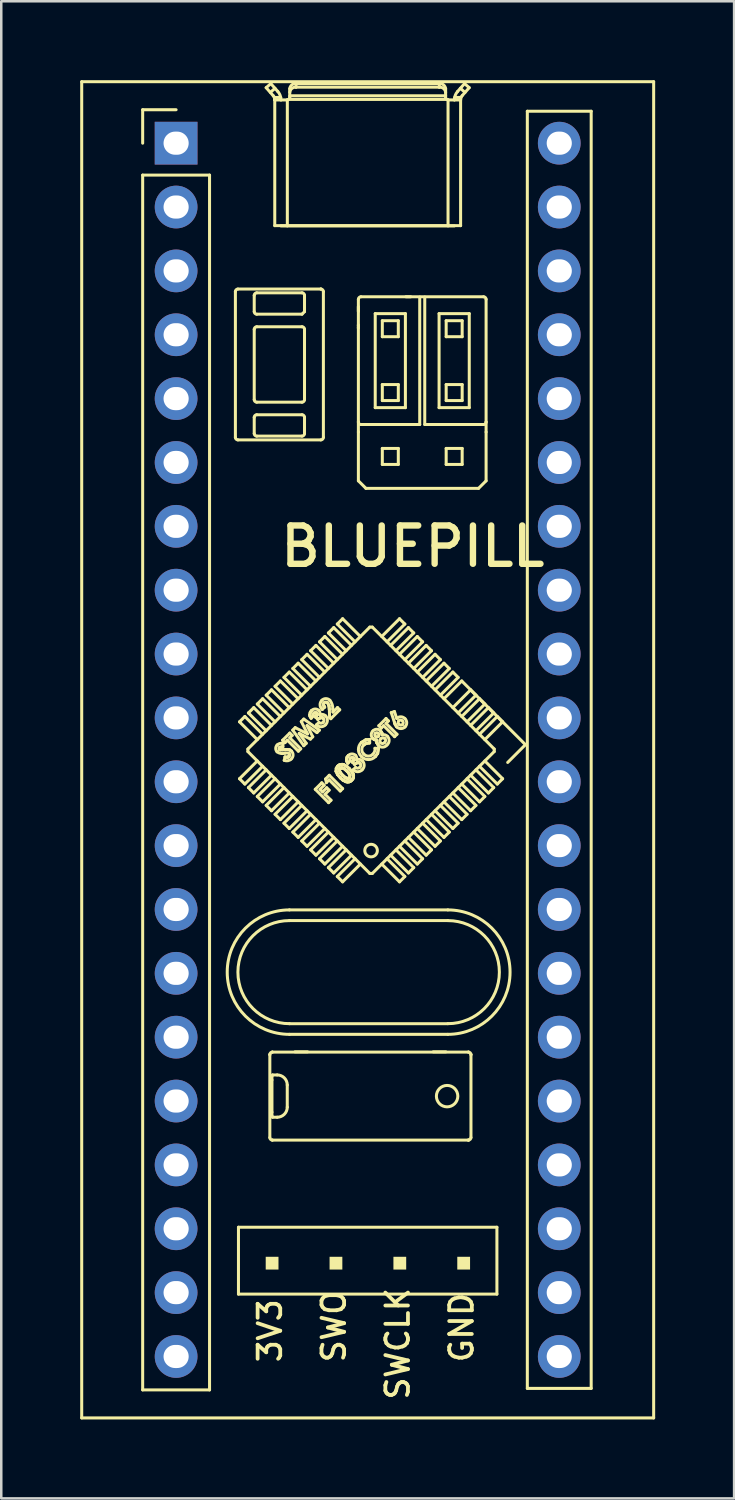
<source format=kicad_pcb>
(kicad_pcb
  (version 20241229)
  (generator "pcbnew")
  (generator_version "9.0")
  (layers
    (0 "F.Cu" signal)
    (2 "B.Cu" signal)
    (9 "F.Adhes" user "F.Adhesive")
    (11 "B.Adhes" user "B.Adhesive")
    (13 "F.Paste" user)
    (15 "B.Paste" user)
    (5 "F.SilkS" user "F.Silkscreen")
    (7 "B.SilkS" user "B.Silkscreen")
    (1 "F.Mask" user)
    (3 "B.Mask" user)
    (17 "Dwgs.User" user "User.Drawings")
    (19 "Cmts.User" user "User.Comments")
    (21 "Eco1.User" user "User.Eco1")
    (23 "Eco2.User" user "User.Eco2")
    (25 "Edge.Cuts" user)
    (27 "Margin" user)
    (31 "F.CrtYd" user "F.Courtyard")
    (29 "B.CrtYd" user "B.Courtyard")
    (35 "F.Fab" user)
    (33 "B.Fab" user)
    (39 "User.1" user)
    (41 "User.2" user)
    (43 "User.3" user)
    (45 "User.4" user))
  (footprint "BLUEPILL"
    (layer "F.Cu")
    (at 11.575 26.775)
    (property "Reference" "BLUEPILL" (at -3.6 -7.2 0) (unlocked yes) (layer "F.SilkS") (effects (font (size 1.524 1.524) (thickness 0.254)) (justify left bottom)))
    (fp_line (start -11.375 -26.575) (end 11.375 -26.575) (stroke (width 0.12) (type solid)) (layer "F.SilkS"))
    (fp_line (start -11.375 26.575) (end -11.375 -26.575) (stroke (width 0.12) (type solid)) (layer "F.SilkS"))
    (fp_line (start -11.375 26.575) (end 11.375 26.575) (stroke (width 0.12) (type solid)) (layer "F.SilkS"))
    (fp_line (start -8.95 -25.46) (end -7.62 -25.46) (stroke (width 0.12) (type solid)) (layer "F.SilkS"))
    (fp_line (start -8.95 -24.13) (end -8.95 -25.46) (stroke (width 0.12) (type solid)) (layer "F.SilkS"))
    (fp_line (start -8.95 -22.86) (end -6.29 -22.86) (stroke (width 0.12) (type solid)) (layer "F.SilkS"))
    (fp_line (start -8.95 25.46) (end -8.95 -22.86) (stroke (width 0.12) (type solid)) (layer "F.SilkS"))
    (fp_line (start -8.95 25.46) (end -6.29 25.46) (stroke (width 0.12) (type solid)) (layer "F.SilkS"))
    (fp_line (start -6.29 25.46) (end -6.29 -22.86) (stroke (width 0.12) (type solid)) (layer "F.SilkS"))
    (fp_line (start -5.262 -12.428) (end -5.262 -18.228) (stroke (width 0.12) (type solid)) (layer "F.SilkS"))
    (fp_line (start -5.163 -18.328) (end -1.863 -18.328) (stroke (width 0.12) (type solid)) (layer "F.SilkS"))
    (fp_line (start -5.163 -12.328) (end -1.863 -12.328) (stroke (width 0.12) (type solid)) (layer "F.SilkS"))
    (fp_line (start -5.14 18.99) (end 5.14 18.99) (stroke (width 0.12) (type solid)) (layer "F.SilkS"))
    (fp_line (start -5.14 21.65) (end -5.14 18.99) (stroke (width 0.12) (type solid)) (layer "F.SilkS"))
    (fp_line (start -5.14 21.65) (end 5.14 21.65) (stroke (width 0.12) (type solid)) (layer "F.SilkS"))
    (fp_line (start -5.098 -1.113) (end -4.886 -1.325) (stroke (width 0.12) (type solid)) (layer "F.SilkS"))
    (fp_line (start -5.098 -1.113) (end -4.391 -0.406) (stroke (width 0.12) (type solid)) (layer "F.SilkS"))
    (fp_line (start -5.098 1.15) (end -4.886 1.362) (stroke (width 0.12) (type solid)) (layer "F.SilkS"))
    (fp_line (start -5.098 1.15) (end -4.391 0.443) (stroke (width 0.12) (type solid)) (layer "F.SilkS"))
    (fp_line (start -4.886 -1.325) (end -4.179 -0.618) (stroke (width 0.12) (type solid)) (layer "F.SilkS"))
    (fp_line (start -4.886 1.362) (end -4.179 0.655) (stroke (width 0.12) (type solid)) (layer "F.SilkS"))
    (fp_line (start -4.765 -0.032) (end 0.085 -4.881) (stroke (width 0.12) (type solid)) (layer "F.SilkS"))
    (fp_line (start -4.765 0.069) (end -4.765 -0.032) (stroke (width 0.12) (type solid)) (layer "F.SilkS"))
    (fp_line (start -4.765 0.069) (end 0.085 4.918) (stroke (width 0.12) (type solid)) (layer "F.SilkS"))
    (fp_line (start -4.744 -1.466) (end -4.532 -1.678) (stroke (width 0.12) (type solid)) (layer "F.SilkS"))
    (fp_line (start -4.744 -1.466) (end -4.037 -0.759) (stroke (width 0.12) (type solid)) (layer "F.SilkS"))
    (fp_line (start -4.744 1.503) (end -4.532 1.716) (stroke (width 0.12) (type solid)) (layer "F.SilkS"))
    (fp_line (start -4.744 1.503) (end -4.037 0.796) (stroke (width 0.12) (type solid)) (layer "F.SilkS"))
    (fp_line (start -4.532 -1.678) (end -3.825 -0.971) (stroke (width 0.12) (type solid)) (layer "F.SilkS"))
    (fp_line (start -4.532 1.716) (end -3.825 1.008) (stroke (width 0.12) (type solid)) (layer "F.SilkS"))
    (fp_line (start -4.513 -17.428) (end -4.513 -18.078) (stroke (width 0.12) (type solid)) (layer "F.SilkS"))
    (fp_line (start -4.513 -13.928) (end -4.513 -16.728) (stroke (width 0.12) (type solid)) (layer "F.SilkS"))
    (fp_line (start -4.513 -12.578) (end -4.513 -13.228) (stroke (width 0.12) (type solid)) (layer "F.SilkS"))
    (fp_line (start -4.412 -18.178) (end -2.612 -18.178) (stroke (width 0.12) (type solid)) (layer "F.SilkS"))
    (fp_line (start -4.412 -17.328) (end -2.612 -17.328) (stroke (width 0.12) (type solid)) (layer "F.SilkS"))
    (fp_line (start -4.412 -16.828) (end -2.612 -16.828) (stroke (width 0.12) (type solid)) (layer "F.SilkS"))
    (fp_line (start -4.412 -13.828) (end -2.612 -13.828) (stroke (width 0.12) (type solid)) (layer "F.SilkS"))
    (fp_line (start -4.412 -13.328) (end -2.612 -13.328) (stroke (width 0.12) (type solid)) (layer "F.SilkS"))
    (fp_line (start -4.412 -12.478) (end -2.612 -12.478) (stroke (width 0.12) (type solid)) (layer "F.SilkS"))
    (fp_line (start -4.391 -1.82) (end -4.179 -2.032) (stroke (width 0.12) (type solid)) (layer "F.SilkS"))
    (fp_line (start -4.391 -1.82) (end -3.684 -1.113) (stroke (width 0.12) (type solid)) (layer "F.SilkS"))
    (fp_line (start -4.391 1.857) (end -4.179 2.069) (stroke (width 0.12) (type solid)) (layer "F.SilkS"))
    (fp_line (start -4.391 1.857) (end -3.684 1.15) (stroke (width 0.12) (type solid)) (layer "F.SilkS"))
    (fp_line (start -4.179 -2.032) (end -3.472 -1.325) (stroke (width 0.12) (type solid)) (layer "F.SilkS"))
    (fp_line (start -4.179 2.069) (end -3.472 1.362) (stroke (width 0.12) (type solid)) (layer "F.SilkS"))
    (fp_line (start -4.038 -26.337) (end -3.853 -26.5) (stroke (width 0.12) (type solid)) (layer "F.SilkS"))
    (fp_line (start -4.038 -26.337) (end -3.759 -26.021) (stroke (width 0.12) (type solid)) (layer "F.SilkS"))
    (fp_line (start -4.037 -2.173) (end -3.825 -2.386) (stroke (width 0.12) (type solid)) (layer "F.SilkS"))
    (fp_line (start -4.037 -2.173) (end -3.33 -1.466) (stroke (width 0.12) (type solid)) (layer "F.SilkS"))
    (fp_line (start -4.037 2.211) (end -3.825 2.423) (stroke (width 0.12) (type solid)) (layer "F.SilkS"))
    (fp_line (start -4.037 2.211) (end -3.33 1.503) (stroke (width 0.12) (type solid)) (layer "F.SilkS"))
    (fp_line (start -3.892 12.123) (end -3.892 12.122) (stroke (width 0.12) (type solid)) (layer "F.SilkS"))
    (fp_line (start -3.892 15.423) (end -3.892 12.123) (stroke (width 0.12) (type solid)) (layer "F.SilkS"))
    (fp_line (start -3.872 -26.15) (end -3.687 -26.312) (stroke (width 0.12) (type solid)) (layer "F.SilkS"))
    (fp_line (start -3.853 -26.5) (end -3.575 -26.185) (stroke (width 0.12) (type solid)) (layer "F.SilkS"))
    (fp_line (start -3.825 -2.386) (end -3.118 -1.678) (stroke (width 0.12) (type solid)) (layer "F.SilkS"))
    (fp_line (start -3.825 2.423) (end -3.118 1.716) (stroke (width 0.12) (type solid)) (layer "F.SilkS"))
    (fp_line (start -3.808 14.414) (end -3.808 13.132) (stroke (width 0.12) (type solid)) (layer "F.SilkS"))
    (fp_line (start -3.793 12.023) (end -3.792 12.023) (stroke (width 0.12) (type solid)) (layer "F.SilkS"))
    (fp_line (start -3.793 15.523) (end -3.792 15.523) (stroke (width 0.12) (type solid)) (layer "F.SilkS"))
    (fp_line (start -3.792 12.023) (end 4.008 12.023) (stroke (width 0.12) (type solid)) (layer "F.SilkS"))
    (fp_line (start -3.792 15.523) (end 4.008 15.523) (stroke (width 0.12) (type solid)) (layer "F.SilkS"))
    (fp_line (start -3.786 12.932) (end -3.599 12.932) (stroke (width 0.12) (type solid)) (layer "F.SilkS"))
    (fp_line (start -3.786 14.614) (end -3.599 14.614) (stroke (width 0.12) (type solid)) (layer "F.SilkS"))
    (fp_line (start -3.715 -25.95) (end -3.459 -25.95) (stroke (width 0.12) (type solid)) (layer "F.SilkS"))
    (fp_line (start -3.696 -25.858) (end -3.691 -25.85) (stroke (width 0.12) (type solid)) (layer "F.SilkS"))
    (fp_line (start -3.696 -25.856) (end -3.696 -25.858) (stroke (width 0.12) (type solid)) (layer "F.SilkS"))
    (fp_line (start -3.696 -20.85) (end -3.696 -25.856) (stroke (width 0.12) (type solid)) (layer "F.SilkS"))
    (fp_line (start -3.696 -20.85) (end 3.696 -20.85) (stroke (width 0.12) (type solid)) (layer "F.SilkS"))
    (fp_line (start -3.691 -25.85) (end -3.69 -25.85) (stroke (width 0.12) (type solid)) (layer "F.SilkS"))
    (fp_line (start -3.69 -25.85) (end -3.2 -25.85) (stroke (width 0.12) (type solid)) (layer "F.SilkS"))
    (fp_line (start -3.684 -2.527) (end -3.472 -2.739) (stroke (width 0.12) (type solid)) (layer "F.SilkS"))
    (fp_line (start -3.684 -2.527) (end -2.977 -1.82) (stroke (width 0.12) (type solid)) (layer "F.SilkS"))
    (fp_line (start -3.684 2.564) (end -3.472 2.776) (stroke (width 0.12) (type solid)) (layer "F.SilkS"))
    (fp_line (start -3.684 2.564) (end -2.977 1.857) (stroke (width 0.12) (type solid)) (layer "F.SilkS"))
    (fp_line (start -3.512 -0.02) (end -3.494 -0.008) (stroke (width 0.12) (type solid)) (layer "F.SilkS"))
    (fp_line (start -3.512 -0.02) (end -3.494 -0.008) (stroke (width 0.12) (type solid)) (layer "F.SilkS"))
    (fp_line (start -3.494 -0.008) (end -3.478 -0.003) (stroke (width 0.12) (type solid)) (layer "F.SilkS"))
    (fp_line (start -3.494 -0.008) (end -3.478 -0.003) (stroke (width 0.12) (type solid)) (layer "F.SilkS"))
    (fp_line (start -3.478 -0.003) (end -3.399 -0.003) (stroke (width 0.12) (type solid)) (layer "F.SilkS"))
    (fp_line (start -3.478 -0.003) (end -3.399 -0.003) (stroke (width 0.12) (type solid)) (layer "F.SilkS"))
    (fp_line (start -3.472 -2.739) (end -2.765 -2.032) (stroke (width 0.12) (type solid)) (layer "F.SilkS"))
    (fp_line (start -3.472 2.776) (end -2.765 2.069) (stroke (width 0.12) (type solid)) (layer "F.SilkS"))
    (fp_line (start -3.45 -25.85) (end -3.45 -25.854) (stroke (width 0.12) (type solid)) (layer "F.SilkS"))
    (fp_line (start -3.45 -20.84) (end 3.45 -20.84) (stroke (width 0.12) (type solid)) (layer "F.SilkS"))
    (fp_line (start -3.399 -0.003) (end -3.338 -0.007) (stroke (width 0.12) (type solid)) (layer "F.SilkS"))
    (fp_line (start -3.399 -0.003) (end -3.338 -0.007) (stroke (width 0.12) (type solid)) (layer "F.SilkS"))
    (fp_line (start -3.384 -0.381) (end -3.289 -0.286) (stroke (width 0.12) (type solid)) (layer "F.SilkS"))
    (fp_line (start -3.384 -0.381) (end -3.098 -0.666) (stroke (width 0.12) (type solid)) (layer "F.SilkS"))
    (fp_line (start -3.373 -0.119) (end -3.367 -0.256) (stroke (width 0.12) (type solid)) (layer "F.SilkS"))
    (fp_line (start -3.338 -0.007) (end -3.265 -0.012) (stroke (width 0.12) (type solid)) (layer "F.SilkS"))
    (fp_line (start -3.338 -0.007) (end -3.265 -0.012) (stroke (width 0.12) (type solid)) (layer "F.SilkS"))
    (fp_line (start -3.33 -2.881) (end -3.118 -3.093) (stroke (width 0.12) (type solid)) (layer "F.SilkS"))
    (fp_line (start -3.33 -2.881) (end -2.623 -2.173) (stroke (width 0.12) (type solid)) (layer "F.SilkS"))
    (fp_line (start -3.33 2.918) (end -3.118 3.13) (stroke (width 0.12) (type solid)) (layer "F.SilkS"))
    (fp_line (start -3.33 2.918) (end -2.623 2.211) (stroke (width 0.12) (type solid)) (layer "F.SilkS"))
    (fp_line (start -3.32 0.417) (end -3.287 0.283) (stroke (width 0.12) (type solid)) (layer "F.SilkS"))
    (fp_line (start -3.289 -0.286) (end -3.193 -0.381) (stroke (width 0.12) (type solid)) (layer "F.SilkS"))
    (fp_line (start -3.287 0.283) (end -3.196 0.294) (stroke (width 0.12) (type solid)) (layer "F.SilkS"))
    (fp_line (start -3.287 0.283) (end -3.196 0.294) (stroke (width 0.12) (type solid)) (layer "F.SilkS"))
    (fp_line (start -3.265 -0.012) (end -3.208 -0.014) (stroke (width 0.12) (type solid)) (layer "F.SilkS"))
    (fp_line (start -3.265 -0.012) (end -3.208 -0.014) (stroke (width 0.12) (type solid)) (layer "F.SilkS"))
    (fp_line (start -3.208 -0.014) (end -3.102 0.005) (stroke (width 0.12) (type solid)) (layer "F.SilkS"))
    (fp_line (start -3.208 -0.014) (end -3.102 0.005) (stroke (width 0.12) (type solid)) (layer "F.SilkS"))
    (fp_line (start -3.2 -25.85) (end -3.196 -25.85) (stroke (width 0.12) (type solid)) (layer "F.SilkS"))
    (fp_line (start -3.199 14.214) (end -3.199 13.332) (stroke (width 0.12) (type solid)) (layer "F.SilkS"))
    (fp_line (start -3.196 -20.84) (end -3.196 -25.85) (stroke (width 0.12) (type solid)) (layer "F.SilkS"))
    (fp_line (start -3.196 0.294) (end -3.161 0.284) (stroke (width 0.12) (type solid)) (layer "F.SilkS"))
    (fp_line (start -3.196 0.294) (end -3.161 0.284) (stroke (width 0.12) (type solid)) (layer "F.SilkS"))
    (fp_line (start -3.193 -0.381) (end -2.758 0.054) (stroke (width 0.12) (type solid)) (layer "F.SilkS"))
    (fp_line (start -3.161 0.284) (end -3.132 0.264) (stroke (width 0.12) (type solid)) (layer "F.SilkS"))
    (fp_line (start -3.161 0.284) (end -3.132 0.264) (stroke (width 0.12) (type solid)) (layer "F.SilkS"))
    (fp_line (start -3.138 -25.871) (end 3.138 -25.871) (stroke (width 0.12) (type solid)) (layer "F.SilkS"))
    (fp_line (start -3.118 -3.093) (end -2.411 -2.386) (stroke (width 0.12) (type solid)) (layer "F.SilkS"))
    (fp_line (start -3.118 3.13) (end -2.411 2.423) (stroke (width 0.12) (type solid)) (layer "F.SilkS"))
    (fp_line (start -3.112 6.368) (end 3.188 6.368) (stroke (width 0.12) (type solid)) (layer "F.SilkS"))
    (fp_line (start -3.112 6.792) (end 3.188 6.792) (stroke (width 0.12) (type solid)) (layer "F.SilkS"))
    (fp_line (start -3.112 10.893) (end 3.188 10.893) (stroke (width 0.12) (type solid)) (layer "F.SilkS"))
    (fp_line (start -3.112 11.317) (end 3.188 11.317) (stroke (width 0.12) (type solid)) (layer "F.SilkS"))
    (fp_line (start -3.102 0.005) (end -3.031 0.053) (stroke (width 0.12) (type solid)) (layer "F.SilkS"))
    (fp_line (start -3.102 0.005) (end -3.031 0.053) (stroke (width 0.12) (type solid)) (layer "F.SilkS"))
    (fp_line (start -3.1 -26.015) (end 3.1 -26.015) (stroke (width 0.12) (type solid)) (layer "F.SilkS"))
    (fp_line (start -3.1 -25.95) (end -3.1 -26.295) (stroke (width 0.12) (type solid)) (layer "F.SilkS"))
    (fp_line (start -3.098 -0.666) (end -3.003 -0.572) (stroke (width 0.12) (type solid)) (layer "F.SilkS"))
    (fp_line (start -3.098 -0.476) (end -3.003 -0.572) (stroke (width 0.12) (type solid)) (layer "F.SilkS"))
    (fp_line (start -3.098 -0.476) (end -2.663 -0.041) (stroke (width 0.12) (type solid)) (layer "F.SilkS"))
    (fp_line (start -2.981 -0.783) (end -2.883 -0.882) (stroke (width 0.12) (type solid)) (layer "F.SilkS"))
    (fp_line (start -2.981 -0.783) (end -2.541 -0.164) (stroke (width 0.12) (type solid)) (layer "F.SilkS"))
    (fp_line (start -2.977 -3.234) (end -2.765 -3.446) (stroke (width 0.12) (type solid)) (layer "F.SilkS"))
    (fp_line (start -2.977 -3.234) (end -2.27 -2.527) (stroke (width 0.12) (type solid)) (layer "F.SilkS"))
    (fp_line (start -2.977 3.271) (end -2.765 3.483) (stroke (width 0.12) (type solid)) (layer "F.SilkS"))
    (fp_line (start -2.977 3.271) (end -2.27 2.564) (stroke (width 0.12) (type solid)) (layer "F.SilkS"))
    (fp_line (start -2.892 12.013) (end -2.392 12.013) (stroke (width 0.12) (type solid)) (layer "F.SilkS"))
    (fp_line (start -2.883 -0.882) (end -2.392 -0.633) (stroke (width 0.12) (type solid)) (layer "F.SilkS"))
    (fp_line (start -2.85 -26.5) (end 2.85 -26.5) (stroke (width 0.12) (type solid)) (layer "F.SilkS"))
    (fp_line (start -2.85 -26.357) (end -2.85 -26.5) (stroke (width 0.12) (type solid)) (layer "F.SilkS"))
    (fp_line (start -2.85 -26.357) (end 2.85 -26.357) (stroke (width 0.12) (type solid)) (layer "F.SilkS"))
    (fp_line (start -2.765 -3.446) (end -2.058 -2.739) (stroke (width 0.12) (type solid)) (layer "F.SilkS"))
    (fp_line (start -2.765 3.483) (end -2.058 2.776) (stroke (width 0.12) (type solid)) (layer "F.SilkS"))
    (fp_line (start -2.758 0.054) (end -2.663 -0.041) (stroke (width 0.12) (type solid)) (layer "F.SilkS"))
    (fp_line (start -2.723 -0.652) (end -2.444 -0.26) (stroke (width 0.12) (type solid)) (layer "F.SilkS"))
    (fp_line (start -2.723 -0.652) (end -2.278 -0.426) (stroke (width 0.12) (type solid)) (layer "F.SilkS"))
    (fp_line (start -2.64 -1.125) (end -2.542 -1.223) (stroke (width 0.12) (type solid)) (layer "F.SilkS"))
    (fp_line (start -2.64 -1.125) (end -2.392 -0.633) (stroke (width 0.12) (type solid)) (layer "F.SilkS"))
    (fp_line (start -2.623 -3.588) (end -2.411 -3.8) (stroke (width 0.12) (type solid)) (layer "F.SilkS"))
    (fp_line (start -2.623 -3.588) (end -1.916 -2.881) (stroke (width 0.12) (type solid)) (layer "F.SilkS"))
    (fp_line (start -2.623 3.625) (end -2.411 3.837) (stroke (width 0.12) (type solid)) (layer "F.SilkS"))
    (fp_line (start -2.623 3.625) (end -1.916 2.918) (stroke (width 0.12) (type solid)) (layer "F.SilkS"))
    (fp_line (start -2.612 -17.328) (end -2.513 -17.428) (stroke (width 0.12) (type solid)) (layer "F.SilkS"))
    (fp_line (start -2.542 -1.223) (end -1.922 -0.782) (stroke (width 0.12) (type solid)) (layer "F.SilkS"))
    (fp_line (start -2.541 -0.164) (end -2.444 -0.26) (stroke (width 0.12) (type solid)) (layer "F.SilkS"))
    (fp_line (start -2.513 -17.428) (end -2.513 -18.078) (stroke (width 0.12) (type solid)) (layer "F.SilkS"))
    (fp_line (start -2.513 -13.928) (end -2.513 -16.728) (stroke (width 0.12) (type solid)) (layer "F.SilkS"))
    (fp_line (start -2.513 -12.578) (end -2.513 -13.228) (stroke (width 0.12) (type solid)) (layer "F.SilkS"))
    (fp_line (start -2.411 -3.8) (end -1.704 -3.093) (stroke (width 0.12) (type solid)) (layer "F.SilkS"))
    (fp_line (start -2.411 3.837) (end -1.704 3.13) (stroke (width 0.12) (type solid)) (layer "F.SilkS"))
    (fp_line (start -2.41 -0.964) (end -2.185 -0.519) (stroke (width 0.12) (type solid)) (layer "F.SilkS"))
    (fp_line (start -2.41 -0.964) (end -2.018 -0.686) (stroke (width 0.12) (type solid)) (layer "F.SilkS"))
    (fp_line (start -2.301 -1.392) (end -2.289 -1.329) (stroke (width 0.12) (type solid)) (layer "F.SilkS"))
    (fp_line (start -2.301 -1.392) (end -2.289 -1.329) (stroke (width 0.12) (type solid)) (layer "F.SilkS"))
    (fp_line (start -2.301 -1.392) (end -2.281 -1.493) (stroke (width 0.12) (type solid)) (layer "F.SilkS"))
    (fp_line (start -2.301 -1.392) (end -2.281 -1.493) (stroke (width 0.12) (type solid)) (layer "F.SilkS"))
    (fp_line (start -2.289 -1.329) (end -2.248 -1.258) (stroke (width 0.12) (type solid)) (layer "F.SilkS"))
    (fp_line (start -2.289 -1.329) (end -2.248 -1.258) (stroke (width 0.12) (type solid)) (layer "F.SilkS"))
    (fp_line (start -2.281 -1.493) (end -2.233 -1.559) (stroke (width 0.12) (type solid)) (layer "F.SilkS"))
    (fp_line (start -2.281 -1.493) (end -2.233 -1.559) (stroke (width 0.12) (type solid)) (layer "F.SilkS"))
    (fp_line (start -2.278 -0.426) (end -2.185 -0.519) (stroke (width 0.12) (type solid)) (layer "F.SilkS"))
    (fp_line (start -2.27 -3.941) (end -2.058 -4.153) (stroke (width 0.12) (type solid)) (layer "F.SilkS"))
    (fp_line (start -2.27 -3.941) (end -1.563 -3.234) (stroke (width 0.12) (type solid)) (layer "F.SilkS"))
    (fp_line (start -2.27 3.978) (end -2.058 4.19) (stroke (width 0.12) (type solid)) (layer "F.SilkS"))
    (fp_line (start -2.27 3.978) (end -1.563 3.271) (stroke (width 0.12) (type solid)) (layer "F.SilkS"))
    (fp_line (start -2.248 -1.258) (end -2.153 -1.353) (stroke (width 0.12) (type solid)) (layer "F.SilkS"))
    (fp_line (start -2.085 1.57) (end -1.827 1.312) (stroke (width 0.12) (type solid)) (layer "F.SilkS"))
    (fp_line (start -2.085 1.57) (end -1.555 2.101) (stroke (width 0.12) (type solid)) (layer "F.SilkS"))
    (fp_line (start -2.071 -1.299) (end -2.02 -1.378) (stroke (width 0.12) (type solid)) (layer "F.SilkS"))
    (fp_line (start -2.071 -1.299) (end -2.02 -1.378) (stroke (width 0.12) (type solid)) (layer "F.SilkS"))
    (fp_line (start -2.071 -1.299) (end -1.983 -1.211) (stroke (width 0.12) (type solid)) (layer "F.SilkS"))
    (fp_line (start -2.058 -4.153) (end -1.351 -3.446) (stroke (width 0.12) (type solid)) (layer "F.SilkS"))
    (fp_line (start -2.058 4.19) (end -1.351 3.483) (stroke (width 0.12) (type solid)) (layer "F.SilkS"))
    (fp_line (start -2.038 -0.993) (end -1.942 -1.088) (stroke (width 0.12) (type solid)) (layer "F.SilkS"))
    (fp_line (start -2.035 -1.467) (end -2.022 -1.447) (stroke (width 0.12) (type solid)) (layer "F.SilkS"))
    (fp_line (start -2.035 -1.467) (end -2.022 -1.447) (stroke (width 0.12) (type solid)) (layer "F.SilkS"))
    (fp_line (start -2.022 -1.447) (end -2.015 -1.424) (stroke (width 0.12) (type solid)) (layer "F.SilkS"))
    (fp_line (start -2.022 -1.447) (end -2.015 -1.424) (stroke (width 0.12) (type solid)) (layer "F.SilkS"))
    (fp_line (start -2.02 -1.378) (end -2.015 -1.424) (stroke (width 0.12) (type solid)) (layer "F.SilkS"))
    (fp_line (start -2.02 -1.378) (end -2.015 -1.424) (stroke (width 0.12) (type solid)) (layer "F.SilkS"))
    (fp_line (start -2.018 -0.686) (end -1.922 -0.782) (stroke (width 0.12) (type solid)) (layer "F.SilkS"))
    (fp_line (start -1.983 -1.211) (end -1.882 -1.276) (stroke (width 0.12) (type solid)) (layer "F.SilkS"))
    (fp_line (start -1.983 -1.211) (end -1.882 -1.276) (stroke (width 0.12) (type solid)) (layer "F.SilkS"))
    (fp_line (start -1.916 -4.295) (end -1.704 -4.507) (stroke (width 0.12) (type solid)) (layer "F.SilkS"))
    (fp_line (start -1.916 -4.295) (end -1.209 -3.588) (stroke (width 0.12) (type solid)) (layer "F.SilkS"))
    (fp_line (start -1.916 4.332) (end -1.704 4.544) (stroke (width 0.12) (type solid)) (layer "F.SilkS"))
    (fp_line (start -1.916 4.332) (end -1.209 3.625) (stroke (width 0.12) (type solid)) (layer "F.SilkS"))
    (fp_line (start -1.895 1.57) (end -1.793 1.672) (stroke (width 0.12) (type solid)) (layer "F.SilkS"))
    (fp_line (start -1.895 1.57) (end -1.732 1.407) (stroke (width 0.12) (type solid)) (layer "F.SilkS"))
    (fp_line (start -1.882 -1.276) (end -1.821 -1.281) (stroke (width 0.12) (type solid)) (layer "F.SilkS"))
    (fp_line (start -1.882 -1.276) (end -1.821 -1.281) (stroke (width 0.12) (type solid)) (layer "F.SilkS"))
    (fp_line (start -1.863 -18.328) (end -1.858 -18.328) (stroke (width 0.12) (type solid)) (layer "F.SilkS"))
    (fp_line (start -1.827 1.312) (end -1.732 1.407) (stroke (width 0.12) (type solid)) (layer "F.SilkS"))
    (fp_line (start -1.821 -1.281) (end -1.793 -1.272) (stroke (width 0.12) (type solid)) (layer "F.SilkS"))
    (fp_line (start -1.821 -1.281) (end -1.793 -1.272) (stroke (width 0.12) (type solid)) (layer "F.SilkS"))
    (fp_line (start -1.806 -1.605) (end -1.711 -1.7) (stroke (width 0.12) (type solid)) (layer "F.SilkS"))
    (fp_line (start -1.793 -1.272) (end -1.768 -1.254) (stroke (width 0.12) (type solid)) (layer "F.SilkS"))
    (fp_line (start -1.793 -1.272) (end -1.768 -1.254) (stroke (width 0.12) (type solid)) (layer "F.SilkS"))
    (fp_line (start -1.793 1.672) (end -1.629 1.509) (stroke (width 0.12) (type solid)) (layer "F.SilkS"))
    (fp_line (start -1.762 -12.428) (end -1.762 -18.228) (stroke (width 0.12) (type solid)) (layer "F.SilkS"))
    (fp_line (start -1.758 -1.823) (end -1.754 -1.77) (stroke (width 0.12) (type solid)) (layer "F.SilkS"))
    (fp_line (start -1.758 -1.823) (end -1.754 -1.77) (stroke (width 0.12) (type solid)) (layer "F.SilkS"))
    (fp_line (start -1.758 -1.823) (end -1.733 -1.869) (stroke (width 0.12) (type solid)) (layer "F.SilkS"))
    (fp_line (start -1.758 -1.823) (end -1.733 -1.869) (stroke (width 0.12) (type solid)) (layer "F.SilkS"))
    (fp_line (start -1.754 -1.77) (end -1.711 -1.7) (stroke (width 0.12) (type solid)) (layer "F.SilkS"))
    (fp_line (start -1.754 -1.77) (end -1.711 -1.7) (stroke (width 0.12) (type solid)) (layer "F.SilkS"))
    (fp_line (start -1.704 -4.507) (end -0.997 -3.8) (stroke (width 0.12) (type solid)) (layer "F.SilkS"))
    (fp_line (start -1.704 4.544) (end -0.997 3.837) (stroke (width 0.12) (type solid)) (layer "F.SilkS"))
    (fp_line (start -1.697 1.768) (end -1.534 1.604) (stroke (width 0.12) (type solid)) (layer "F.SilkS"))
    (fp_line (start -1.697 1.768) (end -1.459 2.005) (stroke (width 0.12) (type solid)) (layer "F.SilkS"))
    (fp_line (start -1.675 1.16) (end -1.643 1.305) (stroke (width 0.12) (type solid)) (layer "F.SilkS"))
    (fp_line (start -1.675 1.16) (end -1.528 1.013) (stroke (width 0.12) (type solid)) (layer "F.SilkS"))
    (fp_line (start -1.643 1.305) (end -1.534 1.196) (stroke (width 0.12) (type solid)) (layer "F.SilkS"))
    (fp_line (start -1.629 1.509) (end -1.534 1.604) (stroke (width 0.12) (type solid)) (layer "F.SilkS"))
    (fp_line (start -1.593 -1.867) (end -1.54 -1.761) (stroke (width 0.12) (type solid)) (layer "F.SilkS"))
    (fp_line (start -1.593 -1.867) (end -1.54 -1.761) (stroke (width 0.12) (type solid)) (layer "F.SilkS"))
    (fp_line (start -1.563 -4.648) (end -1.351 -4.861) (stroke (width 0.12) (type solid)) (layer "F.SilkS"))
    (fp_line (start -1.563 -4.648) (end -0.855 -3.941) (stroke (width 0.12) (type solid)) (layer "F.SilkS"))
    (fp_line (start -1.563 4.686) (end -1.351 4.898) (stroke (width 0.12) (type solid)) (layer "F.SilkS"))
    (fp_line (start -1.563 4.686) (end -0.855 3.978) (stroke (width 0.12) (type solid)) (layer "F.SilkS"))
    (fp_line (start -1.555 2.101) (end -1.459 2.005) (stroke (width 0.12) (type solid)) (layer "F.SilkS"))
    (fp_line (start -1.54 -1.761) (end -1.525 -1.61) (stroke (width 0.12) (type solid)) (layer "F.SilkS"))
    (fp_line (start -1.54 -1.761) (end -1.525 -1.61) (stroke (width 0.12) (type solid)) (layer "F.SilkS"))
    (fp_line (start -1.534 1.196) (end -1.092 1.638) (stroke (width 0.12) (type solid)) (layer "F.SilkS"))
    (fp_line (start -1.528 1.013) (end -0.997 1.543) (stroke (width 0.12) (type solid)) (layer "F.SilkS"))
    (fp_line (start -1.525 -1.61) (end -1.515 -1.286) (stroke (width 0.12) (type solid)) (layer "F.SilkS"))
    (fp_line (start -1.515 -1.286) (end -1.466 -1.238) (stroke (width 0.12) (type solid)) (layer "F.SilkS"))
    (fp_line (start -1.466 -1.238) (end -1.113 -1.591) (stroke (width 0.12) (type solid)) (layer "F.SilkS"))
    (fp_line (start -1.388 -1.62) (end -1.38 -1.501) (stroke (width 0.12) (type solid)) (layer "F.SilkS"))
    (fp_line (start -1.38 -1.501) (end -1.201 -1.68) (stroke (width 0.12) (type solid)) (layer "F.SilkS"))
    (fp_line (start -1.351 -4.861) (end -0.643 -4.153) (stroke (width 0.12) (type solid)) (layer "F.SilkS"))
    (fp_line (start -1.351 4.898) (end -0.643 4.19) (stroke (width 0.12) (type solid)) (layer "F.SilkS"))
    (fp_line (start -1.256 0.858) (end -1.247 0.733) (stroke (width 0.12) (type solid)) (layer "F.SilkS"))
    (fp_line (start -1.256 0.858) (end -1.247 0.733) (stroke (width 0.12) (type solid)) (layer "F.SilkS"))
    (fp_line (start -1.256 0.858) (end -1.199 0.981) (stroke (width 0.12) (type solid)) (layer "F.SilkS"))
    (fp_line (start -1.256 0.858) (end -1.199 0.981) (stroke (width 0.12) (type solid)) (layer "F.SilkS"))
    (fp_line (start -1.247 0.733) (end -1.193 0.651) (stroke (width 0.12) (type solid)) (layer "F.SilkS"))
    (fp_line (start -1.247 0.733) (end -1.193 0.651) (stroke (width 0.12) (type solid)) (layer "F.SilkS"))
    (fp_line (start -1.209 -5.002) (end -0.997 -5.214) (stroke (width 0.12) (type solid)) (layer "F.SilkS"))
    (fp_line (start -1.209 -5.002) (end -0.502 -4.295) (stroke (width 0.12) (type solid)) (layer "F.SilkS"))
    (fp_line (start -1.209 5.039) (end -0.997 5.251) (stroke (width 0.12) (type solid)) (layer "F.SilkS"))
    (fp_line (start -1.209 5.039) (end -0.502 4.332) (stroke (width 0.12) (type solid)) (layer "F.SilkS"))
    (fp_line (start -1.201 -1.68) (end -1.113 -1.591) (stroke (width 0.12) (type solid)) (layer "F.SilkS"))
    (fp_line (start -1.199 0.981) (end -1.087 1.113) (stroke (width 0.12) (type solid)) (layer "F.SilkS"))
    (fp_line (start -1.199 0.981) (end -1.087 1.113) (stroke (width 0.12) (type solid)) (layer "F.SilkS"))
    (fp_line (start -1.193 0.651) (end -1.14 0.61) (stroke (width 0.12) (type solid)) (layer "F.SilkS"))
    (fp_line (start -1.193 0.651) (end -1.14 0.61) (stroke (width 0.12) (type solid)) (layer "F.SilkS"))
    (fp_line (start -1.14 0.61) (end -1.079 0.585) (stroke (width 0.12) (type solid)) (layer "F.SilkS"))
    (fp_line (start -1.14 0.61) (end -1.079 0.585) (stroke (width 0.12) (type solid)) (layer "F.SilkS"))
    (fp_line (start -1.124 0.818) (end -1.117 0.777) (stroke (width 0.12) (type solid)) (layer "F.SilkS"))
    (fp_line (start -1.124 0.818) (end -1.117 0.777) (stroke (width 0.12) (type solid)) (layer "F.SilkS"))
    (fp_line (start -1.124 0.818) (end -1.096 0.894) (stroke (width 0.12) (type solid)) (layer "F.SilkS"))
    (fp_line (start -1.124 0.818) (end -1.096 0.894) (stroke (width 0.12) (type solid)) (layer "F.SilkS"))
    (fp_line (start -1.117 0.777) (end -1.095 0.743) (stroke (width 0.12) (type solid)) (layer "F.SilkS"))
    (fp_line (start -1.117 0.777) (end -1.095 0.743) (stroke (width 0.12) (type solid)) (layer "F.SilkS"))
    (fp_line (start -1.096 0.894) (end -0.991 1.019) (stroke (width 0.12) (type solid)) (layer "F.SilkS"))
    (fp_line (start -1.096 0.894) (end -0.991 1.019) (stroke (width 0.12) (type solid)) (layer "F.SilkS"))
    (fp_line (start -1.095 0.743) (end -1.062 0.722) (stroke (width 0.12) (type solid)) (layer "F.SilkS"))
    (fp_line (start -1.095 0.743) (end -1.062 0.722) (stroke (width 0.12) (type solid)) (layer "F.SilkS"))
    (fp_line (start -1.092 1.638) (end -0.997 1.543) (stroke (width 0.12) (type solid)) (layer "F.SilkS"))
    (fp_line (start -1.087 1.113) (end -0.989 1.201) (stroke (width 0.12) (type solid)) (layer "F.SilkS"))
    (fp_line (start -1.087 1.113) (end -0.989 1.201) (stroke (width 0.12) (type solid)) (layer "F.SilkS"))
    (fp_line (start -1.079 0.585) (end -1.012 0.58) (stroke (width 0.12) (type solid)) (layer "F.SilkS"))
    (fp_line (start -1.079 0.585) (end -1.012 0.58) (stroke (width 0.12) (type solid)) (layer "F.SilkS"))
    (fp_line (start -1.062 0.722) (end -1.023 0.718) (stroke (width 0.12) (type solid)) (layer "F.SilkS"))
    (fp_line (start -1.062 0.722) (end -1.023 0.718) (stroke (width 0.12) (type solid)) (layer "F.SilkS"))
    (fp_line (start -1.023 0.718) (end -0.949 0.742) (stroke (width 0.12) (type solid)) (layer "F.SilkS"))
    (fp_line (start -1.023 0.718) (end -0.949 0.742) (stroke (width 0.12) (type solid)) (layer "F.SilkS"))
    (fp_line (start -1.012 0.58) (end -0.947 0.595) (stroke (width 0.12) (type solid)) (layer "F.SilkS"))
    (fp_line (start -1.012 0.58) (end -0.947 0.595) (stroke (width 0.12) (type solid)) (layer "F.SilkS"))
    (fp_line (start -0.997 -5.214) (end -0.29 -4.507) (stroke (width 0.12) (type solid)) (layer "F.SilkS"))
    (fp_line (start -0.997 5.251) (end -0.29 4.544) (stroke (width 0.12) (type solid)) (layer "F.SilkS"))
    (fp_line (start -0.991 1.019) (end -0.871 1.116) (stroke (width 0.12) (type solid)) (layer "F.SilkS"))
    (fp_line (start -0.991 1.019) (end -0.871 1.116) (stroke (width 0.12) (type solid)) (layer "F.SilkS"))
    (fp_line (start -0.989 1.201) (end -0.874 1.264) (stroke (width 0.12) (type solid)) (layer "F.SilkS"))
    (fp_line (start -0.989 1.201) (end -0.874 1.264) (stroke (width 0.12) (type solid)) (layer "F.SilkS"))
    (fp_line (start -0.949 0.742) (end -0.827 0.843) (stroke (width 0.12) (type solid)) (layer "F.SilkS"))
    (fp_line (start -0.949 0.742) (end -0.827 0.843) (stroke (width 0.12) (type solid)) (layer "F.SilkS"))
    (fp_line (start -0.947 0.595) (end -0.832 0.659) (stroke (width 0.12) (type solid)) (layer "F.SilkS"))
    (fp_line (start -0.947 0.595) (end -0.832 0.659) (stroke (width 0.12) (type solid)) (layer "F.SilkS"))
    (fp_line (start -0.874 1.264) (end -0.809 1.277) (stroke (width 0.12) (type solid)) (layer "F.SilkS"))
    (fp_line (start -0.874 1.264) (end -0.809 1.277) (stroke (width 0.12) (type solid)) (layer "F.SilkS"))
    (fp_line (start -0.871 1.116) (end -0.798 1.138) (stroke (width 0.12) (type solid)) (layer "F.SilkS"))
    (fp_line (start -0.871 1.116) (end -0.798 1.138) (stroke (width 0.12) (type solid)) (layer "F.SilkS"))
    (fp_line (start -0.839 0.396) (end -0.827 0.459) (stroke (width 0.12) (type solid)) (layer "F.SilkS"))
    (fp_line (start -0.839 0.396) (end -0.827 0.459) (stroke (width 0.12) (type solid)) (layer "F.SilkS"))
    (fp_line (start -0.839 0.396) (end -0.819 0.295) (stroke (width 0.12) (type solid)) (layer "F.SilkS"))
    (fp_line (start -0.839 0.396) (end -0.819 0.295) (stroke (width 0.12) (type solid)) (layer "F.SilkS"))
    (fp_line (start -0.832 0.659) (end -0.732 0.748) (stroke (width 0.12) (type solid)) (layer "F.SilkS"))
    (fp_line (start -0.832 0.659) (end -0.732 0.748) (stroke (width 0.12) (type solid)) (layer "F.SilkS"))
    (fp_line (start -0.827 0.459) (end -0.786 0.53) (stroke (width 0.12) (type solid)) (layer "F.SilkS"))
    (fp_line (start -0.827 0.459) (end -0.786 0.53) (stroke (width 0.12) (type solid)) (layer "F.SilkS"))
    (fp_line (start -0.827 0.843) (end -0.764 0.913) (stroke (width 0.12) (type solid)) (layer "F.SilkS"))
    (fp_line (start -0.827 0.843) (end -0.764 0.913) (stroke (width 0.12) (type solid)) (layer "F.SilkS"))
    (fp_line (start -0.819 0.295) (end -0.771 0.229) (stroke (width 0.12) (type solid)) (layer "F.SilkS"))
    (fp_line (start -0.819 0.295) (end -0.771 0.229) (stroke (width 0.12) (type solid)) (layer "F.SilkS"))
    (fp_line (start -0.809 1.277) (end -0.744 1.272) (stroke (width 0.12) (type solid)) (layer "F.SilkS"))
    (fp_line (start -0.809 1.277) (end -0.744 1.272) (stroke (width 0.12) (type solid)) (layer "F.SilkS"))
    (fp_line (start -0.798 1.138) (end -0.76 1.132) (stroke (width 0.12) (type solid)) (layer "F.SilkS"))
    (fp_line (start -0.798 1.138) (end -0.76 1.132) (stroke (width 0.12) (type solid)) (layer "F.SilkS"))
    (fp_line (start -0.786 0.53) (end -0.691 0.435) (stroke (width 0.12) (type solid)) (layer "F.SilkS"))
    (fp_line (start -0.764 0.913) (end -0.706 1.016) (stroke (width 0.12) (type solid)) (layer "F.SilkS"))
    (fp_line (start -0.764 0.913) (end -0.706 1.016) (stroke (width 0.12) (type solid)) (layer "F.SilkS"))
    (fp_line (start -0.76 1.132) (end -0.728 1.111) (stroke (width 0.12) (type solid)) (layer "F.SilkS"))
    (fp_line (start -0.76 1.132) (end -0.728 1.111) (stroke (width 0.12) (type solid)) (layer "F.SilkS"))
    (fp_line (start -0.744 1.272) (end -0.684 1.247) (stroke (width 0.12) (type solid)) (layer "F.SilkS"))
    (fp_line (start -0.744 1.272) (end -0.684 1.247) (stroke (width 0.12) (type solid)) (layer "F.SilkS"))
    (fp_line (start -0.732 0.748) (end -0.644 0.847) (stroke (width 0.12) (type solid)) (layer "F.SilkS"))
    (fp_line (start -0.732 0.748) (end -0.644 0.847) (stroke (width 0.12) (type solid)) (layer "F.SilkS"))
    (fp_line (start -0.684 1.247) (end -0.632 1.205) (stroke (width 0.12) (type solid)) (layer "F.SilkS"))
    (fp_line (start -0.684 1.247) (end -0.632 1.205) (stroke (width 0.12) (type solid)) (layer "F.SilkS"))
    (fp_line (start -0.644 0.847) (end -0.579 0.962) (stroke (width 0.12) (type solid)) (layer "F.SilkS"))
    (fp_line (start -0.644 0.847) (end -0.579 0.962) (stroke (width 0.12) (type solid)) (layer "F.SilkS"))
    (fp_line (start -0.632 1.205) (end -0.591 1.154) (stroke (width 0.12) (type solid)) (layer "F.SilkS"))
    (fp_line (start -0.632 1.205) (end -0.591 1.154) (stroke (width 0.12) (type solid)) (layer "F.SilkS"))
    (fp_line (start -0.61 0.489) (end -0.558 0.41) (stroke (width 0.12) (type solid)) (layer "F.SilkS"))
    (fp_line (start -0.61 0.489) (end -0.558 0.41) (stroke (width 0.12) (type solid)) (layer "F.SilkS"))
    (fp_line (start -0.61 0.489) (end -0.521 0.578) (stroke (width 0.12) (type solid)) (layer "F.SilkS"))
    (fp_line (start -0.591 1.154) (end -0.566 1.092) (stroke (width 0.12) (type solid)) (layer "F.SilkS"))
    (fp_line (start -0.591 1.154) (end -0.566 1.092) (stroke (width 0.12) (type solid)) (layer "F.SilkS"))
    (fp_line (start -0.579 0.962) (end -0.563 1.026) (stroke (width 0.12) (type solid)) (layer "F.SilkS"))
    (fp_line (start -0.579 0.962) (end -0.563 1.026) (stroke (width 0.12) (type solid)) (layer "F.SilkS"))
    (fp_line (start -0.576 0.795) (end -0.481 0.7) (stroke (width 0.12) (type solid)) (layer "F.SilkS"))
    (fp_line (start -0.573 0.322) (end -0.56 0.341) (stroke (width 0.12) (type solid)) (layer "F.SilkS"))
    (fp_line (start -0.573 0.322) (end -0.56 0.341) (stroke (width 0.12) (type solid)) (layer "F.SilkS"))
    (fp_line (start -0.566 1.092) (end -0.563 1.026) (stroke (width 0.12) (type solid)) (layer "F.SilkS"))
    (fp_line (start -0.566 1.092) (end -0.563 1.026) (stroke (width 0.12) (type solid)) (layer "F.SilkS"))
    (fp_line (start -0.56 0.341) (end -0.553 0.364) (stroke (width 0.12) (type solid)) (layer "F.SilkS"))
    (fp_line (start -0.56 0.341) (end -0.553 0.364) (stroke (width 0.12) (type solid)) (layer "F.SilkS"))
    (fp_line (start -0.558 0.41) (end -0.553 0.364) (stroke (width 0.12) (type solid)) (layer "F.SilkS"))
    (fp_line (start -0.558 0.41) (end -0.553 0.364) (stroke (width 0.12) (type solid)) (layer "F.SilkS"))
    (fp_line (start -0.521 0.578) (end -0.42 0.512) (stroke (width 0.12) (type solid)) (layer "F.SilkS"))
    (fp_line (start -0.521 0.578) (end -0.42 0.512) (stroke (width 0.12) (type solid)) (layer "F.SilkS"))
    (fp_line (start -0.42 0.512) (end -0.36 0.507) (stroke (width 0.12) (type solid)) (layer "F.SilkS"))
    (fp_line (start -0.42 0.512) (end -0.36 0.507) (stroke (width 0.12) (type solid)) (layer "F.SilkS"))
    (fp_line (start -0.371 -17.439) (end -0.371 -17.628) (stroke (width 0.12) (type solid)) (layer "F.SilkS"))
    (fp_line (start -0.371 -16.865) (end -0.371 -16.899) (stroke (width 0.12) (type solid)) (layer "F.SilkS"))
    (fp_line (start -0.371 -16.771) (end -0.371 -16.816) (stroke (width 0.12) (type solid)) (layer "F.SilkS"))
    (fp_line (start -0.37 -13.04) (end -0.37 -17.92) (stroke (width 0.12) (type solid)) (layer "F.SilkS"))
    (fp_line (start -0.37 -12.64) (end -0.37 -13.04) (stroke (width 0.12) (type solid)) (layer "F.SilkS"))
    (fp_line (start -0.37 -10.7) (end -0.37 -12.64) (stroke (width 0.12) (type solid)) (layer "F.SilkS"))
    (fp_line (start -0.37 -10.7) (end -0.07 -10.4) (stroke (width 0.12) (type solid)) (layer "F.SilkS"))
    (fp_line (start -0.36 0.507) (end -0.331 0.516) (stroke (width 0.12) (type solid)) (layer "F.SilkS"))
    (fp_line (start -0.36 0.507) (end -0.331 0.516) (stroke (width 0.12) (type solid)) (layer "F.SilkS"))
    (fp_line (start -0.331 0.516) (end -0.306 0.534) (stroke (width 0.12) (type solid)) (layer "F.SilkS"))
    (fp_line (start -0.331 0.516) (end -0.306 0.534) (stroke (width 0.12) (type solid)) (layer "F.SilkS"))
    (fp_line (start -0.27 -18.02) (end 4.61 -18.02) (stroke (width 0.12) (type solid)) (layer "F.SilkS"))
    (fp_line (start -0.27 -12.94) (end 2.07 -12.94) (stroke (width 0.12) (type solid)) (layer "F.SilkS"))
    (fp_line (start -0.251 -0.291) (end -0.078 -0.394) (stroke (width 0.12) (type solid)) (layer "F.SilkS"))
    (fp_line (start -0.251 -0.291) (end -0.078 -0.394) (stroke (width 0.12) (type solid)) (layer "F.SilkS"))
    (fp_line (start -0.16 -0.192) (end -0.065 -0.254) (stroke (width 0.12) (type solid)) (layer "F.SilkS"))
    (fp_line (start -0.16 -0.192) (end -0.065 -0.254) (stroke (width 0.12) (type solid)) (layer "F.SilkS"))
    (fp_line (start -0.078 -0.394) (end 0.081 -0.411) (stroke (width 0.12) (type solid)) (layer "F.SilkS"))
    (fp_line (start -0.078 -0.394) (end 0.081 -0.411) (stroke (width 0.12) (type solid)) (layer "F.SilkS"))
    (fp_line (start -0.07 -10.4) (end 4.41 -10.4) (stroke (width 0.12) (type solid)) (layer "F.SilkS"))
    (fp_line (start -0.065 -0.254) (end 0.077 -0.275) (stroke (width 0.12) (type solid)) (layer "F.SilkS"))
    (fp_line (start -0.065 -0.254) (end 0.077 -0.275) (stroke (width 0.12) (type solid)) (layer "F.SilkS"))
    (fp_line (start 0.077 -0.275) (end 0.081 -0.411) (stroke (width 0.12) (type solid)) (layer "F.SilkS"))
    (fp_line (start 0.085 -4.881) (end 0.184 -4.881) (stroke (width 0.12) (type solid)) (layer "F.SilkS"))
    (fp_line (start 0.085 4.918) (end 0.184 4.918) (stroke (width 0.12) (type solid)) (layer "F.SilkS"))
    (fp_line (start 0.184 -4.881) (end 5.034 -0.032) (stroke (width 0.12) (type solid)) (layer "F.SilkS"))
    (fp_line (start 0.184 4.918) (end 5.034 0.069) (stroke (width 0.12) (type solid)) (layer "F.SilkS"))
    (fp_line (start 0.205 -0.45) (end 0.266 -0.407) (stroke (width 0.12) (type solid)) (layer "F.SilkS"))
    (fp_line (start 0.205 -0.45) (end 0.266 -0.407) (stroke (width 0.12) (type solid)) (layer "F.SilkS"))
    (fp_line (start 0.266 -0.407) (end 0.359 -0.384) (stroke (width 0.12) (type solid)) (layer "F.SilkS"))
    (fp_line (start 0.266 -0.407) (end 0.359 -0.384) (stroke (width 0.12) (type solid)) (layer "F.SilkS"))
    (fp_line (start 0.291 -0.062) (end 0.429 -0.059) (stroke (width 0.12) (type solid)) (layer "F.SilkS"))
    (fp_line (start 0.3 -17.35) (end 1.5 -17.35) (stroke (width 0.12) (type solid)) (layer "F.SilkS"))
    (fp_line (start 0.3 -13.61) (end 0.3 -17.35) (stroke (width 0.12) (type solid)) (layer "F.SilkS"))
    (fp_line (start 0.3 -13.61) (end 1.5 -13.61) (stroke (width 0.12) (type solid)) (layer "F.SilkS"))
    (fp_line (start 0.305 0.268) (end 0.395 0.139) (stroke (width 0.12) (type solid)) (layer "F.SilkS"))
    (fp_line (start 0.305 0.268) (end 0.395 0.139) (stroke (width 0.12) (type solid)) (layer "F.SilkS"))
    (fp_line (start 0.359 -0.384) (end 0.363 -0.285) (stroke (width 0.12) (type solid)) (layer "F.SilkS"))
    (fp_line (start 0.359 -0.384) (end 0.363 -0.285) (stroke (width 0.12) (type solid)) (layer "F.SilkS"))
    (fp_line (start 0.363 -0.285) (end 0.425 -0.176) (stroke (width 0.12) (type solid)) (layer "F.SilkS"))
    (fp_line (start 0.363 -0.285) (end 0.425 -0.176) (stroke (width 0.12) (type solid)) (layer "F.SilkS"))
    (fp_line (start 0.395 0.139) (end 0.429 -0.059) (stroke (width 0.12) (type solid)) (layer "F.SilkS"))
    (fp_line (start 0.395 0.139) (end 0.429 -0.059) (stroke (width 0.12) (type solid)) (layer "F.SilkS"))
    (fp_line (start 0.444 -0.959) (end 0.539 -0.864) (stroke (width 0.12) (type solid)) (layer "F.SilkS"))
    (fp_line (start 0.444 -0.959) (end 0.73 -1.245) (stroke (width 0.12) (type solid)) (layer "F.SilkS"))
    (fp_line (start 0.513 -0.754) (end 0.562 -0.674) (stroke (width 0.12) (type solid)) (layer "F.SilkS"))
    (fp_line (start 0.513 -0.754) (end 0.562 -0.674) (stroke (width 0.12) (type solid)) (layer "F.SilkS"))
    (fp_line (start 0.539 -0.864) (end 0.634 -0.959) (stroke (width 0.12) (type solid)) (layer "F.SilkS"))
    (fp_line (start 0.559 -4.507) (end 1.266 -5.214) (stroke (width 0.12) (type solid)) (layer "F.SilkS"))
    (fp_line (start 0.559 4.544) (end 1.266 5.251) (stroke (width 0.12) (type solid)) (layer "F.SilkS"))
    (fp_line (start 0.562 -0.674) (end 0.576 -0.601) (stroke (width 0.12) (type solid)) (layer "F.SilkS"))
    (fp_line (start 0.562 -0.674) (end 0.576 -0.601) (stroke (width 0.12) (type solid)) (layer "F.SilkS"))
    (fp_line (start 0.582 -17.068) (end 1.218 -17.068) (stroke (width 0.12) (type solid)) (layer "F.SilkS"))
    (fp_line (start 0.582 -16.432) (end 0.582 -17.068) (stroke (width 0.12) (type solid)) (layer "F.SilkS"))
    (fp_line (start 0.582 -16.432) (end 1.218 -16.432) (stroke (width 0.12) (type solid)) (layer "F.SilkS"))
    (fp_line (start 0.582 -14.528) (end 1.218 -14.528) (stroke (width 0.12) (type solid)) (layer "F.SilkS"))
    (fp_line (start 0.582 -13.892) (end 0.582 -14.528) (stroke (width 0.12) (type solid)) (layer "F.SilkS"))
    (fp_line (start 0.582 -13.892) (end 1.218 -13.892) (stroke (width 0.12) (type solid)) (layer "F.SilkS"))
    (fp_line (start 0.582 -11.988) (end 1.218 -11.988) (stroke (width 0.12) (type solid)) (layer "F.SilkS"))
    (fp_line (start 0.582 -11.352) (end 0.582 -11.988) (stroke (width 0.12) (type solid)) (layer "F.SilkS"))
    (fp_line (start 0.582 -11.352) (end 1.218 -11.352) (stroke (width 0.12) (type solid)) (layer "F.SilkS"))
    (fp_line (start 0.634 -0.959) (end 1.07 -0.524) (stroke (width 0.12) (type solid)) (layer "F.SilkS"))
    (fp_line (start 0.73 -1.245) (end 0.825 -1.149) (stroke (width 0.12) (type solid)) (layer "F.SilkS"))
    (fp_line (start 0.73 -1.054) (end 0.825 -1.149) (stroke (width 0.12) (type solid)) (layer "F.SilkS"))
    (fp_line (start 0.73 -1.054) (end 1.165 -0.619) (stroke (width 0.12) (type solid)) (layer "F.SilkS"))
    (fp_line (start 0.771 -4.295) (end 1.478 -5.002) (stroke (width 0.12) (type solid)) (layer "F.SilkS"))
    (fp_line (start 0.771 4.332) (end 1.478 5.039) (stroke (width 0.12) (type solid)) (layer "F.SilkS"))
    (fp_line (start 0.912 -4.153) (end 1.62 -4.861) (stroke (width 0.12) (type solid)) (layer "F.SilkS"))
    (fp_line (start 0.912 4.19) (end 1.62 4.898) (stroke (width 0.12) (type solid)) (layer "F.SilkS"))
    (fp_line (start 0.938 -1.48) (end 1.065 -1.522) (stroke (width 0.12) (type solid)) (layer "F.SilkS"))
    (fp_line (start 0.938 -1.48) (end 1.068 -1.081) (stroke (width 0.12) (type solid)) (layer "F.SilkS"))
    (fp_line (start 1.065 -1.522) (end 1.155 -1.248) (stroke (width 0.12) (type solid)) (layer "F.SilkS"))
    (fp_line (start 1.068 -1.081) (end 1.098 -1.003) (stroke (width 0.12) (type solid)) (layer "F.SilkS"))
    (fp_line (start 1.068 -1.081) (end 1.098 -1.003) (stroke (width 0.12) (type solid)) (layer "F.SilkS"))
    (fp_line (start 1.07 -0.524) (end 1.165 -0.619) (stroke (width 0.12) (type solid)) (layer "F.SilkS"))
    (fp_line (start 1.098 -1.003) (end 1.155 -0.914) (stroke (width 0.12) (type solid)) (layer "F.SilkS"))
    (fp_line (start 1.098 -1.003) (end 1.155 -0.914) (stroke (width 0.12) (type solid)) (layer "F.SilkS"))
    (fp_line (start 1.124 -3.941) (end 1.832 -4.648) (stroke (width 0.12) (type solid)) (layer "F.SilkS"))
    (fp_line (start 1.124 3.978) (end 1.832 4.686) (stroke (width 0.12) (type solid)) (layer "F.SilkS"))
    (fp_line (start 1.218 -16.432) (end 1.218 -17.068) (stroke (width 0.12) (type solid)) (layer "F.SilkS"))
    (fp_line (start 1.218 -13.892) (end 1.218 -14.528) (stroke (width 0.12) (type solid)) (layer "F.SilkS"))
    (fp_line (start 1.218 -11.352) (end 1.218 -11.988) (stroke (width 0.12) (type solid)) (layer "F.SilkS"))
    (fp_line (start 1.266 -5.214) (end 1.478 -5.002) (stroke (width 0.12) (type solid)) (layer "F.SilkS"))
    (fp_line (start 1.266 -3.8) (end 1.973 -4.507) (stroke (width 0.12) (type solid)) (layer "F.SilkS"))
    (fp_line (start 1.266 3.837) (end 1.973 4.544) (stroke (width 0.12) (type solid)) (layer "F.SilkS"))
    (fp_line (start 1.266 5.251) (end 1.478 5.039) (stroke (width 0.12) (type solid)) (layer "F.SilkS"))
    (fp_line (start 1.478 -3.588) (end 2.185 -4.295) (stroke (width 0.12) (type solid)) (layer "F.SilkS"))
    (fp_line (start 1.478 3.625) (end 2.185 4.332) (stroke (width 0.12) (type solid)) (layer "F.SilkS"))
    (fp_line (start 1.5 -13.61) (end 1.5 -17.35) (stroke (width 0.12) (type solid)) (layer "F.SilkS"))
    (fp_line (start 1.522 -18.021) (end 1.711 -18.021) (stroke (width 0.12) (type solid)) (layer "F.SilkS"))
    (fp_line (start 1.62 -4.861) (end 1.832 -4.648) (stroke (width 0.12) (type solid)) (layer "F.SilkS"))
    (fp_line (start 1.62 -3.446) (end 2.326 -4.153) (stroke (width 0.12) (type solid)) (layer "F.SilkS"))
    (fp_line (start 1.62 3.483) (end 2.326 4.19) (stroke (width 0.12) (type solid)) (layer "F.SilkS"))
    (fp_line (start 1.62 4.898) (end 1.832 4.686) (stroke (width 0.12) (type solid)) (layer "F.SilkS"))
    (fp_line (start 1.832 -3.234) (end 2.539 -3.941) (stroke (width 0.12) (type solid)) (layer "F.SilkS"))
    (fp_line (start 1.832 3.271) (end 2.539 3.978) (stroke (width 0.12) (type solid)) (layer "F.SilkS"))
    (fp_line (start 1.973 -4.507) (end 2.185 -4.295) (stroke (width 0.12) (type solid)) (layer "F.SilkS"))
    (fp_line (start 1.973 -3.093) (end 2.68 -3.8) (stroke (width 0.12) (type solid)) (layer "F.SilkS"))
    (fp_line (start 1.973 3.13) (end 2.68 3.837) (stroke (width 0.12) (type solid)) (layer "F.SilkS"))
    (fp_line (start 1.973 4.544) (end 2.185 4.332) (stroke (width 0.12) (type solid)) (layer "F.SilkS"))
    (fp_line (start 2.07 -12.94) (end 2.07 -18.009) (stroke (width 0.12) (type solid)) (layer "F.SilkS"))
    (fp_line (start 2.185 -2.881) (end 2.892 -3.588) (stroke (width 0.12) (type solid)) (layer "F.SilkS"))
    (fp_line (start 2.185 2.918) (end 2.892 3.625) (stroke (width 0.12) (type solid)) (layer "F.SilkS"))
    (fp_line (start 2.27 -12.94) (end 2.27 -18.009) (stroke (width 0.12) (type solid)) (layer "F.SilkS"))
    (fp_line (start 2.27 -12.94) (end 4.61 -12.94) (stroke (width 0.12) (type solid)) (layer "F.SilkS"))
    (fp_line (start 2.326 -4.153) (end 2.539 -3.941) (stroke (width 0.12) (type solid)) (layer "F.SilkS"))
    (fp_line (start 2.326 -2.739) (end 3.034 -3.446) (stroke (width 0.12) (type solid)) (layer "F.SilkS"))
    (fp_line (start 2.326 2.776) (end 3.034 3.483) (stroke (width 0.12) (type solid)) (layer "F.SilkS"))
    (fp_line (start 2.326 4.19) (end 2.539 3.978) (stroke (width 0.12) (type solid)) (layer "F.SilkS"))
    (fp_line (start 2.539 -2.527) (end 3.246 -3.234) (stroke (width 0.12) (type solid)) (layer "F.SilkS"))
    (fp_line (start 2.539 2.564) (end 3.246 3.271) (stroke (width 0.12) (type solid)) (layer "F.SilkS"))
    (fp_line (start 2.608 12.013) (end 3.108 12.013) (stroke (width 0.12) (type solid)) (layer "F.SilkS"))
    (fp_line (start 2.68 -3.8) (end 2.892 -3.588) (stroke (width 0.12) (type solid)) (layer "F.SilkS"))
    (fp_line (start 2.68 -2.386) (end 3.387 -3.093) (stroke (width 0.12) (type solid)) (layer "F.SilkS"))
    (fp_line (start 2.68 2.423) (end 3.387 3.13) (stroke (width 0.12) (type solid)) (layer "F.SilkS"))
    (fp_line (start 2.68 3.837) (end 2.892 3.625) (stroke (width 0.12) (type solid)) (layer "F.SilkS"))
    (fp_line (start 2.84 -17.35) (end 4.04 -17.35) (stroke (width 0.12) (type solid)) (layer "F.SilkS"))
    (fp_line (start 2.84 -13.61) (end 2.84 -17.35) (stroke (width 0.12) (type solid)) (layer "F.SilkS"))
    (fp_line (start 2.84 -13.61) (end 4.04 -13.61) (stroke (width 0.12) (type solid)) (layer "F.SilkS"))
    (fp_line (start 2.85 -26.357) (end 2.85 -26.5) (stroke (width 0.12) (type solid)) (layer "F.SilkS"))
    (fp_line (start 2.892 -2.173) (end 3.599 -2.881) (stroke (width 0.12) (type solid)) (layer "F.SilkS"))
    (fp_line (start 2.892 2.211) (end 3.599 2.918) (stroke (width 0.12) (type solid)) (layer "F.SilkS"))
    (fp_line (start 3.034 -3.446) (end 3.246 -3.234) (stroke (width 0.12) (type solid)) (layer "F.SilkS"))
    (fp_line (start 3.034 -2.032) (end 3.741 -2.739) (stroke (width 0.12) (type solid)) (layer "F.SilkS"))
    (fp_line (start 3.034 2.069) (end 3.741 2.776) (stroke (width 0.12) (type solid)) (layer "F.SilkS"))
    (fp_line (start 3.034 3.483) (end 3.246 3.271) (stroke (width 0.12) (type solid)) (layer "F.SilkS"))
    (fp_line (start 3.1 -25.95) (end 3.1 -26.295) (stroke (width 0.12) (type solid)) (layer "F.SilkS"))
    (fp_line (start 3.122 -17.068) (end 3.758 -17.068) (stroke (width 0.12) (type solid)) (layer "F.SilkS"))
    (fp_line (start 3.122 -16.432) (end 3.122 -17.068) (stroke (width 0.12) (type solid)) (layer "F.SilkS"))
    (fp_line (start 3.122 -16.432) (end 3.758 -16.432) (stroke (width 0.12) (type solid)) (layer "F.SilkS"))
    (fp_line (start 3.122 -14.528) (end 3.758 -14.528) (stroke (width 0.12) (type solid)) (layer "F.SilkS"))
    (fp_line (start 3.122 -13.892) (end 3.122 -14.528) (stroke (width 0.12) (type solid)) (layer "F.SilkS"))
    (fp_line (start 3.122 -13.892) (end 3.758 -13.892) (stroke (width 0.12) (type solid)) (layer "F.SilkS"))
    (fp_line (start 3.122 -11.988) (end 3.758 -11.988) (stroke (width 0.12) (type solid)) (layer "F.SilkS"))
    (fp_line (start 3.122 -11.352) (end 3.122 -11.988) (stroke (width 0.12) (type solid)) (layer "F.SilkS"))
    (fp_line (start 3.122 -11.352) (end 3.758 -11.352) (stroke (width 0.12) (type solid)) (layer "F.SilkS"))
    (fp_line (start 3.196 -25.85) (end 3.2 -25.85) (stroke (width 0.12) (type solid)) (layer "F.SilkS"))
    (fp_line (start 3.196 -20.84) (end 3.196 -25.85) (stroke (width 0.12) (type solid)) (layer "F.SilkS"))
    (fp_line (start 3.2 -25.85) (end 3.69 -25.85) (stroke (width 0.12) (type solid)) (layer "F.SilkS"))
    (fp_line (start 3.246 1.857) (end 3.953 2.564) (stroke (width 0.12) (type solid)) (layer "F.SilkS"))
    (fp_line (start 3.387 -3.093) (end 3.599 -2.881) (stroke (width 0.12) (type solid)) (layer "F.SilkS"))
    (fp_line (start 3.387 -1.678) (end 4.094 -2.386) (stroke (width 0.12) (type solid)) (layer "F.SilkS"))
    (fp_line (start 3.387 1.716) (end 4.094 2.423) (stroke (width 0.12) (type solid)) (layer "F.SilkS"))
    (fp_line (start 3.387 3.13) (end 3.599 2.918) (stroke (width 0.12) (type solid)) (layer "F.SilkS"))
    (fp_line (start 3.45 -25.85) (end 3.45 -25.854) (stroke (width 0.12) (type solid)) (layer "F.SilkS"))
    (fp_line (start 3.459 -25.95) (end 3.715 -25.95) (stroke (width 0.12) (type solid)) (layer "F.SilkS"))
    (fp_line (start 3.575 -26.185) (end 3.853 -26.5) (stroke (width 0.12) (type solid)) (layer "F.SilkS"))
    (fp_line (start 3.599 -1.466) (end 4.306 -2.173) (stroke (width 0.12) (type solid)) (layer "F.SilkS"))
    (fp_line (start 3.599 1.503) (end 4.306 2.211) (stroke (width 0.12) (type solid)) (layer "F.SilkS"))
    (fp_line (start 3.687 -26.312) (end 3.872 -26.15) (stroke (width 0.12) (type solid)) (layer "F.SilkS"))
    (fp_line (start 3.69 -25.85) (end 3.691 -25.85) (stroke (width 0.12) (type solid)) (layer "F.SilkS"))
    (fp_line (start 3.691 -25.85) (end 3.696 -25.858) (stroke (width 0.12) (type solid)) (layer "F.SilkS"))
    (fp_line (start 3.696 -25.856) (end 3.696 -25.858) (stroke (width 0.12) (type solid)) (layer "F.SilkS"))
    (fp_line (start 3.696 -20.85) (end 3.696 -25.856) (stroke (width 0.12) (type solid)) (layer "F.SilkS"))
    (fp_line (start 3.741 -2.739) (end 6.275 -0.205) (stroke (width 0.12) (type solid)) (layer "F.SilkS"))
    (fp_line (start 3.741 -1.325) (end 4.448 -2.032) (stroke (width 0.12) (type solid)) (layer "F.SilkS"))
    (fp_line (start 3.741 1.362) (end 4.448 2.069) (stroke (width 0.12) (type solid)) (layer "F.SilkS"))
    (fp_line (start 3.741 2.776) (end 3.953 2.564) (stroke (width 0.12) (type solid)) (layer "F.SilkS"))
    (fp_line (start 3.758 -16.432) (end 3.758 -17.068) (stroke (width 0.12) (type solid)) (layer "F.SilkS"))
    (fp_line (start 3.758 -13.892) (end 3.758 -14.528) (stroke (width 0.12) (type solid)) (layer "F.SilkS"))
    (fp_line (start 3.758 -11.352) (end 3.758 -11.988) (stroke (width 0.12) (type solid)) (layer "F.SilkS"))
    (fp_line (start 3.759 -26.021) (end 4.038 -26.337) (stroke (width 0.12) (type solid)) (layer "F.SilkS"))
    (fp_line (start 3.853 -26.5) (end 4.038 -26.337) (stroke (width 0.12) (type solid)) (layer "F.SilkS"))
    (fp_line (start 3.953 -1.113) (end 4.66 -1.82) (stroke (width 0.12) (type solid)) (layer "F.SilkS"))
    (fp_line (start 3.953 1.15) (end 4.66 1.857) (stroke (width 0.12) (type solid)) (layer "F.SilkS"))
    (fp_line (start 4.008 12.023) (end 4.008 12.023) (stroke (width 0.12) (type solid)) (layer "F.SilkS"))
    (fp_line (start 4.008 15.523) (end 4.008 15.523) (stroke (width 0.12) (type solid)) (layer "F.SilkS"))
    (fp_line (start 4.008 15.523) (end 4.009 15.523) (stroke (width 0.12) (type solid)) (layer "F.SilkS"))
    (fp_line (start 4.04 -13.61) (end 4.04 -17.35) (stroke (width 0.12) (type solid)) (layer "F.SilkS"))
    (fp_line (start 4.094 -2.386) (end 4.306 -2.173) (stroke (width 0.12) (type solid)) (layer "F.SilkS"))
    (fp_line (start 4.094 -0.971) (end 4.801 -1.678) (stroke (width 0.12) (type solid)) (layer "F.SilkS"))
    (fp_line (start 4.094 1.008) (end 4.801 1.716) (stroke (width 0.12) (type solid)) (layer "F.SilkS"))
    (fp_line (start 4.094 2.423) (end 4.306 2.211) (stroke (width 0.12) (type solid)) (layer "F.SilkS"))
    (fp_line (start 4.108 12.123) (end 4.108 12.122) (stroke (width 0.12) (type solid)) (layer "F.SilkS"))
    (fp_line (start 4.108 15.423) (end 4.108 12.123) (stroke (width 0.12) (type solid)) (layer "F.SilkS"))
    (fp_line (start 4.306 -0.759) (end 5.013 -1.466) (stroke (width 0.12) (type solid)) (layer "F.SilkS"))
    (fp_line (start 4.306 0.796) (end 5.013 1.503) (stroke (width 0.12) (type solid)) (layer "F.SilkS"))
    (fp_line (start 4.41 -10.4) (end 4.71 -10.7) (stroke (width 0.12) (type solid)) (layer "F.SilkS"))
    (fp_line (start 4.448 -2.032) (end 4.66 -1.82) (stroke (width 0.12) (type solid)) (layer "F.SilkS"))
    (fp_line (start 4.448 -0.618) (end 5.155 -1.325) (stroke (width 0.12) (type solid)) (layer "F.SilkS"))
    (fp_line (start 4.448 0.655) (end 5.155 1.362) (stroke (width 0.12) (type solid)) (layer "F.SilkS"))
    (fp_line (start 4.448 2.069) (end 4.66 1.857) (stroke (width 0.12) (type solid)) (layer "F.SilkS"))
    (fp_line (start 4.66 -0.406) (end 5.367 -1.113) (stroke (width 0.12) (type solid)) (layer "F.SilkS"))
    (fp_line (start 4.66 0.443) (end 5.367 1.15) (stroke (width 0.12) (type solid)) (layer "F.SilkS"))
    (fp_line (start 4.71 -13.04) (end 4.71 -17.92) (stroke (width 0.12) (type solid)) (layer "F.SilkS"))
    (fp_line (start 4.71 -12.64) (end 4.71 -13.04) (stroke (width 0.12) (type solid)) (layer "F.SilkS"))
    (fp_line (start 4.71 -10.7) (end 4.71 -12.64) (stroke (width 0.12) (type solid)) (layer "F.SilkS"))
    (fp_line (start 4.801 -1.678) (end 5.013 -1.466) (stroke (width 0.12) (type solid)) (layer "F.SilkS"))
    (fp_line (start 4.801 1.716) (end 5.013 1.503) (stroke (width 0.12) (type solid)) (layer "F.SilkS"))
    (fp_line (start 5.034 0.069) (end 5.034 -0.032) (stroke (width 0.12) (type solid)) (layer "F.SilkS"))
    (fp_line (start 5.14 21.65) (end 5.14 18.99) (stroke (width 0.12) (type solid)) (layer "F.SilkS"))
    (fp_line (start 5.155 -1.325) (end 5.367 -1.113) (stroke (width 0.12) (type solid)) (layer "F.SilkS"))
    (fp_line (start 5.155 1.362) (end 5.367 1.15) (stroke (width 0.12) (type solid)) (layer "F.SilkS"))
    (fp_line (start 5.569 0.502) (end 6.275 -0.205) (stroke (width 0.12) (type solid)) (layer "F.SilkS"))
    (fp_line (start 6.35 -25.4) (end 8.89 -25.4) (stroke (width 0.12) (type solid)) (layer "F.SilkS"))
    (fp_line (start 6.35 25.4) (end 6.35 -25.4) (stroke (width 0.12) (type solid)) (layer "F.SilkS"))
    (fp_line (start 6.35 25.4) (end 8.89 25.4) (stroke (width 0.12) (type solid)) (layer "F.SilkS"))
    (fp_line (start 8.89 25.4) (end 8.89 -25.4) (stroke (width 0.12) (type solid)) (layer "F.SilkS"))
    (fp_line (start 11.375 26.575) (end 11.375 -26.575) (stroke (width 0.12) (type solid)) (layer "F.SilkS"))
    (fp_arc (start -5.26237 -18.227804) (mid -5.233057 -18.298318) (end -5.162543 -18.32763) (stroke (width 0.11989) (type solid)) (layer "F.SilkS"))
    (fp_arc (start -5.162544 -12.32763) (mid -5.233147 -12.357032) (end -5.26237 -12.42771) (stroke (width 0.11989) (type solid)) (layer "F.SilkS"))
    (fp_arc (start -4.51257 -18.07769) (mid -4.483257 -18.148457) (end -4.41249 -18.17777) (stroke (width 0.11989) (type solid)) (layer "F.SilkS"))
    (fp_arc (start -4.51257 -16.72768) (mid -4.483257 -16.798447) (end -4.41249 -16.82776) (stroke (width 0.11989) (type solid)) (layer "F.SilkS"))
    (fp_arc (start -4.51257 -13.227814) (mid -4.483168 -13.298417) (end -4.41249 -13.32764) (stroke (width 0.11989) (type solid)) (layer "F.SilkS"))
    (fp_arc (start -4.41249 -17.32762) (mid -4.483257 -17.356933) (end -4.51257 -17.4277) (stroke (width 0.11989) (type solid)) (layer "F.SilkS"))
    (fp_arc (start -4.41249 -13.82776) (mid -4.483257 -13.857073) (end -4.51257 -13.92784) (stroke (width 0.11989) (type solid)) (layer "F.SilkS"))
    (fp_arc (start -4.41249 -12.47775) (mid -4.483257 -12.507063) (end -4.51257 -12.57783) (stroke (width 0.11989) (type solid)) (layer "F.SilkS"))
    (fp_arc (start -3.892297 12.122151) (mid -3.862987 12.052143) (end -3.792979 12.022833) (stroke (width 0.11989) (type solid)) (layer "F.SilkS"))
    (fp_arc (start -3.808217 13.131798) (mid -3.807981 13.0305) (end -3.785865 12.931646) (stroke (width 0.11989) (type solid)) (layer "F.SilkS"))
    (fp_arc (start -3.792979 15.522707) (mid -3.862987 15.493397) (end -3.892297 15.423389) (stroke (width 0.11989) (type solid)) (layer "F.SilkS"))
    (fp_arc (start -3.785869 14.613891) (mid -3.80843 14.515086) (end -3.808221 14.413739) (stroke (width 0.11989) (type solid)) (layer "F.SilkS"))
    (fp_arc (start -3.758943 -26.020781) (mid -3.713127 -25.945237) (end -3.696458 -25.858472) (stroke (width 0.11989) (type solid)) (layer "F.SilkS"))
    (fp_arc (start -3.602732 0.079753) (mid -3.657813 -0.057985) (end -3.59816 -0.193805) (stroke (width 0.11989) (type solid)) (layer "F.SilkS"))
    (fp_arc (start -3.59918 12.93165) (mid -3.316302 13.048822) (end -3.19913 13.3317) (stroke (width 0.11989) (type solid)) (layer "F.SilkS"))
    (fp_arc (start -3.598155 -0.1938) (mid -3.490263 -0.252916) (end -3.367271 -0.255775) (stroke (width 0.11989) (type solid)) (layer "F.SilkS"))
    (fp_arc (start -3.574794 -26.184855) (mid -3.482233 -26.030892) (end -3.45008 -25.854148) (stroke (width 0.11989) (type solid)) (layer "F.SilkS"))
    (fp_arc (start -3.515868 -0.017025) (mid -3.528767 -0.060893) (end -3.506979 -0.101093) (stroke (width 0.11989) (type solid)) (layer "F.SilkS"))
    (fp_arc (start -3.50393 -0.097534) (mid -3.441509 -0.125537) (end -3.373372 -0.119378) (stroke (width 0.11989) (type solid)) (layer "F.SilkS"))
    (fp_arc (start -3.282951 0.13233) (mid -3.449182 0.144588) (end -3.602737 0.079752) (stroke (width 0.11989) (type solid)) (layer "F.SilkS"))
    (fp_arc (start -3.282945 0.132336) (mid -3.199933 0.126653) (end -3.121148 0.153418) (stroke (width 0.11989) (type solid)) (layer "F.SilkS"))
    (fp_arc (start -3.19913 14.21384) (mid -3.316302 14.496718) (end -3.59918 14.61389) (stroke (width 0.11989) (type solid)) (layer "F.SilkS"))
    (fp_arc (start -3.121155 0.153413) (mid -3.103567 0.210926) (end -3.131569 0.264151) (stroke (width 0.11989) (type solid)) (layer "F.SilkS"))
    (fp_arc (start -3.11201 10.89253) (mid -5.16204 8.8425) (end -3.11201 6.79247) (stroke (width 0.11989) (type solid)) (layer "F.SilkS"))
    (fp_arc (start -3.11201 11.31748) (mid -5.58699 8.8425) (end -3.11201 6.36752) (stroke (width 0.11989) (type solid)) (layer "F.SilkS"))
    (fp_arc (start -3.100074 -26.151846) (mid -3.016877 -26.305207) (end -2.850135 -26.356573) (stroke (width 0.11989) (type solid)) (layer "F.SilkS"))
    (fp_arc (start -3.100072 -26.295095) (mid -3.016955 -26.448619) (end -2.850131 -26.500076) (stroke (width 0.11989) (type solid)) (layer "F.SilkS"))
    (fp_arc (start -3.10006 -25.949909) (mid -3.128101 -25.880618) (end -3.19633 -25.850082) (stroke (width 0.11989) (type solid)) (layer "F.SilkS"))
    (fp_arc (start -3.039871 0.362965) (mid -3.171373 0.433729) (end -3.319774 0.417066) (stroke (width 0.11989) (type solid)) (layer "F.SilkS"))
    (fp_arc (start -3.031488 0.052828) (mid -2.968127 0.209724) (end -3.039871 0.362968) (stroke (width 0.11989) (type solid)) (layer "F.SilkS"))
    (fp_arc (start -2.612386 -18.17777) (mid -2.541783 -18.148368) (end -2.51256 -18.07769) (stroke (width 0.11989) (type solid)) (layer "F.SilkS"))
    (fp_arc (start -2.612386 -16.82776) (mid -2.541783 -16.798358) (end -2.51256 -16.72768) (stroke (width 0.11989) (type solid)) (layer "F.SilkS"))
    (fp_arc (start -2.612386 -13.32764) (mid -2.541872 -13.298327) (end -2.51256 -13.227813) (stroke (width 0.11989) (type solid)) (layer "F.SilkS"))
    (fp_arc (start -2.51256 -13.92784) (mid -2.541783 -13.857163) (end -2.612386 -13.82776) (stroke (width 0.11989) (type solid)) (layer "F.SilkS"))
    (fp_arc (start -2.51256 -12.57783) (mid -2.541783 -12.507153) (end -2.612386 -12.47775) (stroke (width 0.11989) (type solid)) (layer "F.SilkS"))
    (fp_arc (start -2.233173 -1.558803) (mid -2.091403 -1.623614) (end -1.945896 -1.567693) (stroke (width 0.11989) (type solid)) (layer "F.SilkS"))
    (fp_arc (start -2.153161 -1.353313) (mid -2.164155 -1.410585) (end -2.138682 -1.463045) (stroke (width 0.11989) (type solid)) (layer "F.SilkS"))
    (fp_arc (start -2.138678 -1.46304) (mid -2.087641 -1.487478) (end -2.035049 -1.466595) (stroke (width 0.11989) (type solid)) (layer "F.SilkS"))
    (fp_arc (start -1.945892 -1.567689) (mid -1.899182 -1.482503) (end -1.905761 -1.385575) (stroke (width 0.11989) (type solid)) (layer "F.SilkS"))
    (fp_arc (start -1.905764 -1.385565) (mid -1.782532 -1.406902) (end -1.672084 -1.348227) (stroke (width 0.11989) (type solid)) (layer "F.SilkS"))
    (fp_arc (start -1.86258 -18.32763) (mid -1.791903 -18.298407) (end -1.7625 -18.227804) (stroke (width 0.11989) (type solid)) (layer "F.SilkS"))
    (fp_arc (start -1.822703 -1.969261) (mid -1.66357 -2.03614) (end -1.504437 -1.969261) (stroke (width 0.11989) (type solid)) (layer "F.SilkS"))
    (fp_arc (start -1.806192 -1.604768) (mid -1.893344 -1.783439) (end -1.822702 -1.969258) (stroke (width 0.11989) (type solid)) (layer "F.SilkS"))
    (fp_arc (start -1.774186 -1.09296) (mid -1.857273 -1.056209) (end -1.942332 -1.088134) (stroke (width 0.11989) (type solid)) (layer "F.SilkS"))
    (fp_arc (start -1.768097 -1.253995) (mid -1.736629 -1.172171) (end -1.774193 -1.092961) (stroke (width 0.11989) (type solid)) (layer "F.SilkS"))
    (fp_arc (start -1.7625 -12.42771) (mid -1.791813 -12.356943) (end -1.86258 -12.32763) (stroke (width 0.11989) (type solid)) (layer "F.SilkS"))
    (fp_arc (start -1.732785 -1.868677) (mid -1.662662 -1.898416) (end -1.593091 -1.867407) (stroke (width 0.11989) (type solid)) (layer "F.SilkS"))
    (fp_arc (start -1.684272 -0.992632) (mid -1.860986 -0.91745) (end -2.037591 -0.992886) (stroke (width 0.11989) (type solid)) (layer "F.SilkS"))
    (fp_arc (start -1.67208 -1.348224) (mid -1.602405 -1.167829) (end -1.684272 -0.99263) (stroke (width 0.11989) (type solid)) (layer "F.SilkS"))
    (fp_arc (start -1.504438 -1.969267) (mid -1.413789 -1.805443) (end -1.387852 -1.620017) (stroke (width 0.11989) (type solid)) (layer "F.SilkS"))
    (fp_arc (start -0.771403 0.229357) (mid -0.629633 0.164546) (end -0.484126 0.220467) (stroke (width 0.11989) (type solid)) (layer "F.SilkS"))
    (fp_arc (start -0.706116 1.016003) (mid -0.703491 1.066498) (end -0.72796 1.110747) (stroke (width 0.11989) (type solid)) (layer "F.SilkS"))
    (fp_arc (start -0.691138 0.434853) (mid -0.702253 0.377624) (end -0.676914 0.325121) (stroke (width 0.11989) (type solid)) (layer "F.SilkS"))
    (fp_arc (start -0.676908 0.32512) (mid -0.625871 0.300682) (end -0.573279 0.321565) (stroke (width 0.11989) (type solid)) (layer "F.SilkS"))
    (fp_arc (start -0.484122 0.220471) (mid -0.437412 0.305657) (end -0.443991 0.402585) (stroke (width 0.11989) (type solid)) (layer "F.SilkS"))
    (fp_arc (start -0.443994 0.402595) (mid -0.320762 0.381258) (end -0.210314 0.439933) (stroke (width 0.11989) (type solid)) (layer "F.SilkS"))
    (fp_arc (start -0.37008 -17.91995) (mid -0.340767 -17.990717) (end -0.27 -18.02003) (stroke (width 0.11989) (type solid)) (layer "F.SilkS"))
    (fp_arc (start -0.312416 0.6952) (mid -0.395503 0.731951) (end -0.480562 0.700026) (stroke (width 0.11989) (type solid)) (layer "F.SilkS"))
    (fp_arc (start -0.306327 0.534165) (mid -0.274859 0.615989) (end -0.312423 0.695199) (stroke (width 0.11989) (type solid)) (layer "F.SilkS"))
    (fp_arc (start -0.27 -12.94003) (mid -0.340767 -12.969343) (end -0.37008 -13.04011) (stroke (width 0.11989) (type solid)) (layer "F.SilkS"))
    (fp_arc (start -0.250188 0.264154) (mid -0.36857 -0.013124) (end -0.251204 -0.290834) (stroke (width 0.11989) (type solid)) (layer "F.SilkS"))
    (fp_arc (start -0.222499 0.795531) (mid -0.399086 0.87058) (end -0.575565 0.795277) (stroke (width 0.11989) (type solid)) (layer "F.SilkS"))
    (fp_arc (start -0.21031 0.439936) (mid -0.140635 0.620331) (end -0.222502 0.79553) (stroke (width 0.11989) (type solid)) (layer "F.SilkS"))
    (fp_arc (start -0.155194 0.168655) (mid -0.23391 -0.01059) (end -0.159767 -0.191774) (stroke (width 0.11989) (type solid)) (layer "F.SilkS"))
    (fp_arc (start 0.205235 -0.450088) (mid 0.142099 -0.602325) (end 0.210315 -0.752354) (stroke (width 0.11989) (type solid)) (layer "F.SilkS"))
    (fp_arc (start 0.209293 0.173483) (mid 0.026001 0.250328) (end -0.155192 0.168657) (stroke (width 0.11989) (type solid)) (layer "F.SilkS"))
    (fp_arc (start 0.210311 -0.752352) (mid 0.361131 -0.818466) (end 0.512825 -0.754384) (stroke (width 0.11989) (type solid)) (layer "F.SilkS"))
    (fp_arc (start 0.290574 -0.061975) (mid 0.276469 0.064913) (end 0.209294 0.173481) (stroke (width 0.11989) (type solid)) (layer "F.SilkS"))
    (fp_arc (start 0.303277 -0.654809) (mid 0.36271 -0.68113) (end 0.422143 -0.654809) (stroke (width 0.11989) (type solid)) (layer "F.SilkS"))
    (fp_arc (start 0.304806 0.268225) (mid 0.02642 0.38743) (end -0.25019 0.26416) (stroke (width 0.11989) (type solid)) (layer "F.SilkS"))
    (fp_arc (start 0.307344 -0.538477) (mid 0.280219 -0.595766) (end 0.30328 -0.654809) (stroke (width 0.11989) (type solid)) (layer "F.SilkS"))
    (fp_arc (start 0.38431 4.024122) (mid -0.114913 3.998631) (end 0.384564 4.018534) (stroke (width 0.11989) (type solid)) (layer "F.SilkS"))
    (fp_arc (start 0.422146 -0.654811) (mid 0.45105 -0.595646) (end 0.42748 -0.534161) (stroke (width 0.11989) (type solid)) (layer "F.SilkS"))
    (fp_arc (start 0.427488 -0.534163) (mid 0.366498 -0.510713) (end 0.307348 -0.538481) (stroke (width 0.11989) (type solid)) (layer "F.SilkS"))
    (fp_arc (start 0.511555 -0.279911) (mid 0.484195 -0.362593) (end 0.523747 -0.440186) (stroke (width 0.11989) (type solid)) (layer "F.SilkS"))
    (fp_arc (start 0.523746 -0.440178) (mid 0.602066 -0.477732) (end 0.68351 -0.447544) (stroke (width 0.11989) (type solid)) (layer "F.SilkS"))
    (fp_arc (start 0.575565 -0.600708) (mid 0.688564 -0.595397) (end 0.785113 -0.536446) (stroke (width 0.11989) (type solid)) (layer "F.SilkS"))
    (fp_arc (start 0.672345 -0.289561) (mid 0.594011 -0.25041) (end 0.511557 -0.27991) (stroke (width 0.11989) (type solid)) (layer "F.SilkS"))
    (fp_arc (start 0.68352 -0.44755) (mid 0.713044 -0.366072) (end 0.672343 -0.289562) (stroke (width 0.11989) (type solid)) (layer "F.SilkS"))
    (fp_arc (start 0.768348 -0.195332) (mid 0.601092 -0.106606) (end 0.424946 -0.176028) (stroke (width 0.11989) (type solid)) (layer "F.SilkS"))
    (fp_arc (start 0.785116 -0.536448) (mid 0.852633 -0.362157) (end 0.768352 -0.195326) (stroke (width 0.11989) (type solid)) (layer "F.SilkS"))
    (fp_arc (start 1.154684 -1.247904) (mid 1.320408 -1.312936) (end 1.482593 -1.239522) (stroke (width 0.11989) (type solid)) (layer "F.SilkS"))
    (fp_arc (start 1.238503 -1.154938) (mid 1.311355 -1.183308) (end 1.382019 -1.149858) (stroke (width 0.11989) (type solid)) (layer "F.SilkS"))
    (fp_arc (start 1.245877 -1.013967) (mid 1.212464 -1.082897) (end 1.238511 -1.154935) (stroke (width 0.11989) (type solid)) (layer "F.SilkS"))
    (fp_arc (start 1.382017 -1.149863) (mid 1.415613 -1.079065) (end 1.388368 -1.005588) (stroke (width 0.11989) (type solid)) (layer "F.SilkS"))
    (fp_arc (start 1.388362 -1.005588) (mid 1.315374 -0.980124) (end 1.245874 -1.01397) (stroke (width 0.11989) (type solid)) (layer "F.SilkS"))
    (fp_arc (start 1.482599 -1.239522) (mid 1.552821 -1.076405) (end 1.485393 -0.912114) (stroke (width 0.11989) (type solid)) (layer "F.SilkS"))
    (fp_arc (start 1.485394 -0.912115) (mid 1.320053 -0.844613) (end 1.15545 -0.913893) (stroke (width 0.11989) (type solid)) (layer "F.SilkS"))
    (fp_arc (start 2.84988 -26.500084) (mid 3.016867 -26.448722) (end 3.100075 -26.295103) (stroke (width 0.11989) (type solid)) (layer "F.SilkS"))
    (fp_arc (start 2.849883 -26.356571) (mid 3.016788 -26.3053) (end 3.100077 -26.151843) (stroke (width 0.11989) (type solid)) (layer "F.SilkS"))
    (fp_arc (start 3.18796 6.36752) (mid 5.66294 8.8425) (end 3.18796 11.31748) (stroke (width 0.11989) (type solid)) (layer "F.SilkS"))
    (fp_arc (start 3.18796 6.79247) (mid 5.23799 8.8425) (end 3.18796 10.89253) (stroke (width 0.11989) (type solid)) (layer "F.SilkS"))
    (fp_arc (start 3.19634 -25.850083) (mid 3.128111 -25.880618) (end 3.100071 -25.949909) (stroke (width 0.11989) (type solid)) (layer "F.SilkS"))
    (fp_arc (start 3.45009 -25.854148) (mid 3.482243 -26.030892) (end 3.574804 -26.184855) (stroke (width 0.11989) (type solid)) (layer "F.SilkS"))
    (fp_arc (start 3.584963 13.777463) (mid 2.73305 13.77505) (end 3.584963 13.772637) (stroke (width 0.11989) (type solid)) (layer "F.SilkS"))
    (fp_arc (start 3.696455 -25.85847) (mid 3.713006 -25.945208) (end 3.758686 -26.020778) (stroke (width 0.11989) (type solid)) (layer "F.SilkS"))
    (fp_arc (start 4.008379 12.022833) (mid 4.078387 12.052143) (end 4.107697 12.122151) (stroke (width 0.11989) (type solid)) (layer "F.SilkS"))
    (fp_arc (start 4.107697 15.423389) (mid 4.078387 15.493397) (end 4.008379 15.522707) (stroke (width 0.11989) (type solid)) (layer "F.SilkS"))
    (fp_arc (start 4.610104 -18.02003) (mid 4.680707 -17.990628) (end 4.70993 -17.91995) (stroke (width 0.11989) (type solid)) (layer "F.SilkS"))
    (fp_arc (start 4.70993 -13.04011) (mid 4.680707 -12.969433) (end 4.610104 -12.94003) (stroke (width 0.11989) (type solid)) (layer "F.SilkS"))
    (fp_poly (pts (xy -4.056 20.165) (xy -4.056 20.673) (xy -3.548 20.673) (xy -3.548 20.165)) (stroke (width 0) (type solid)) (fill yes) (layer "F.SilkS"))
    (fp_poly (pts (xy -1.516 20.165) (xy -1.516 20.673) (xy -1.008 20.673) (xy -1.008 20.165)) (stroke (width 0) (type solid)) (fill yes) (layer "F.SilkS"))
    (fp_poly (pts (xy 1.024 20.165) (xy 1.024 20.673) (xy 1.532 20.673) (xy 1.532 20.165)) (stroke (width 0) (type solid)) (fill yes) (layer "F.SilkS"))
    (fp_poly (pts (xy 3.564 20.165) (xy 3.564 20.673) (xy 4.072 20.673) (xy 4.072 20.165)) (stroke (width 0) (type solid)) (fill yes) (layer "F.SilkS"))
    (fp_line (start -11.3 -26.5) (end 11.3 -26.5) (stroke (width 0.12) (type solid)) (layer "Eco1.User"))
    (fp_line (start -11.3 26.5) (end -11.3 -26.45) (stroke (width 0.12) (type solid)) (layer "Eco1.User"))
    (fp_line (start -11.3 26.5) (end 11.3 26.5) (stroke (width 0.12) (type solid)) (layer "Eco1.User"))
    (fp_line (start -8.89 -24.765) (end -8.255 -25.4) (stroke (width 0.1) (type solid)) (layer "Eco1.User"))
    (fp_line (start -8.89 25.4) (end -8.89 -24.765) (stroke (width 0.1) (type solid)) (layer "Eco1.User"))
    (fp_line (start -8.89 25.4) (end -6.35 25.4) (stroke (width 0.1) (type solid)) (layer "Eco1.User"))
    (fp_line (start -8.255 -25.4) (end -6.35 -25.4) (stroke (width 0.1) (type solid)) (layer "Eco1.User"))
    (fp_line (start -6.35 25.4) (end -6.35 -25.4) (stroke (width 0.1) (type solid)) (layer "Eco1.User"))
    (fp_line (start -3.9 -20.65) (end -3.9 -26.45) (stroke (width 0.1) (type solid)) (layer "Eco1.User"))
    (fp_line (start -3.9 -20.65) (end 3.9 -20.65) (stroke (width 0.1) (type solid)) (layer "Eco1.User"))
    (fp_line (start 3.9 -20.65) (end 3.9 -26.45) (stroke (width 0.1) (type solid)) (layer "Eco1.User"))
    (fp_line (start 6.35 -25.4) (end 8.89 -25.4) (stroke (width 0.1) (type solid)) (layer "Eco1.User"))
    (fp_line (start 6.35 25.4) (end 6.35 -25.4) (stroke (width 0.1) (type solid)) (layer "Eco1.User"))
    (fp_line (start 6.35 25.4) (end 8.89 25.4) (stroke (width 0.1) (type solid)) (layer "Eco1.User"))
    (fp_line (start 8.89 25.4) (end 8.89 -25.4) (stroke (width 0.1) (type solid)) (layer "Eco1.User"))
    (fp_line (start 11.3 26.5) (end 11.3 -26.5) (stroke (width 0.12) (type solid)) (layer "Eco1.User"))
    (fp_line (start -11.55 -26.75) (end 11.55 -26.75) (stroke (width 0.05) (type solid)) (layer "User.1"))
    (fp_line (start -11.55 26.75) (end -11.55 -26.75) (stroke (width 0.05) (type solid)) (layer "User.1"))
    (fp_line (start -11.55 26.75) (end 11.55 26.75) (stroke (width 0.05) (type solid)) (layer "User.1"))
    (fp_line (start -9.42 -25.93) (end -5.82 -25.93) (stroke (width 0.05) (type solid)) (layer "User.1"))
    (fp_line (start -9.42 25.93) (end -9.42 -25.93) (stroke (width 0.05) (type solid)) (layer "User.1"))
    (fp_line (start -9.42 25.93) (end -5.82 25.93) (stroke (width 0.05) (type solid)) (layer "User.1"))
    (fp_line (start -5.82 21.59) (end -5.82 -25.93) (stroke (width 0.05) (type solid)) (layer "User.1"))
    (fp_line (start -5.82 25.93) (end -5.82 21.59) (stroke (width 0.05) (type solid)) (layer "User.1"))
    (fp_line (start 5.82 -25.93) (end 9.42 -25.93) (stroke (width 0.05) (type solid)) (layer "User.1"))
    (fp_line (start 5.82 21.59) (end 5.82 -25.93) (stroke (width 0.05) (type solid)) (layer "User.1"))
    (fp_line (start 5.82 25.93) (end 5.82 21.59) (stroke (width 0.05) (type solid)) (layer "User.1"))
    (fp_line (start 5.82 25.93) (end 9.42 25.93) (stroke (width 0.05) (type solid)) (layer "User.1"))
    (fp_line (start 9.42 25.93) (end 9.42 -25.93) (stroke (width 0.05) (type solid)) (layer "User.1"))
    (fp_line (start 11.55 26.75) (end 11.55 -26.75) (stroke (width 0.05) (type solid)) (layer "User.1"))
    (fp_text user "SWO" (at -0.82 24.448 90) (unlocked yes) (layer "F.SilkS") (effects (font (size 0.9 0.9) (thickness 0.15)) (justify left bottom)))
    (fp_text user "GND" (at 4.26 24.448 90) (unlocked yes) (layer "F.SilkS") (effects (font (size 0.9 0.9) (thickness 0.15)) (justify left bottom)))
    (fp_text user "3V3" (at -3.36 24.448 90) (unlocked yes) (layer "F.SilkS") (effects (font (size 0.9 0.9) (thickness 0.15)) (justify left bottom)))
    (fp_text user "SWCLK" (at 1.72 25.93 90) (unlocked yes) (layer "F.SilkS") (effects (font (size 0.9 0.9) (thickness 0.15)) (justify left bottom)))
    (fp_text user "Y@@J" (at -4.449 -24.346 90) (unlocked yes) (layer "Eco1.User") (effects (font (size 0.5 0.5) (thickness 0.1)) (justify left bottom)))
    (fp_text user "REF**" (at 0.5 2 90) (unlocked yes) (layer "Eco1.User") (effects (font (size 1 1) (thickness 0.15)) (justify left bottom)))
    (pad "1" thru_hole rect (at -7.62 -24.13) (size 1.7 1.7) (drill oval 1 0.92) (layers "*.Cu" "*.Mask"))
    (pad "2" thru_hole circle (at -7.62 -21.59) (size 1.7 1.7) (drill oval 1 0.92) (layers "*.Cu" "*.Mask"))
    (pad "3" thru_hole circle (at -7.62 -19.05) (size 1.7 1.7) (drill oval 1 0.92) (layers "*.Cu" "*.Mask"))
    (pad "4" thru_hole circle (at -7.62 -16.51) (size 1.7 1.7) (drill oval 1 0.92) (layers "*.Cu" "*.Mask"))
    (pad "5" thru_hole circle (at -7.62 -13.97) (size 1.7 1.7) (drill oval 1 0.92) (layers "*.Cu" "*.Mask"))
    (pad "6" thru_hole circle (at -7.62 -11.43) (size 1.7 1.7) (drill oval 1 0.92) (layers "*.Cu" "*.Mask"))
    (pad "7" thru_hole circle (at -7.62 -8.89) (size 1.7 1.7) (drill oval 1 0.92) (layers "*.Cu" "*.Mask"))
    (pad "8" thru_hole circle (at -7.62 -6.35) (size 1.7 1.7) (drill oval 1 0.92) (layers "*.Cu" "*.Mask"))
    (pad "9" thru_hole circle (at -7.62 -3.81) (size 1.7 1.7) (drill oval 1 0.92) (layers "*.Cu" "*.Mask"))
    (pad "10" thru_hole circle (at -7.62 -1.27) (size 1.7 1.7) (drill oval 1 0.92) (layers "*.Cu" "*.Mask"))
    (pad "11" thru_hole circle (at -7.62 1.27) (size 1.7 1.7) (drill oval 1 0.92) (layers "*.Cu" "*.Mask"))
    (pad "12" thru_hole circle (at -7.62 3.81) (size 1.7 1.7) (drill oval 1 0.92) (layers "*.Cu" "*.Mask"))
    (pad "13" thru_hole circle (at -7.62 6.35) (size 1.7 1.7) (drill oval 1 0.92) (layers "*.Cu" "*.Mask"))
    (pad "14" thru_hole circle (at -7.62 8.89) (size 1.7 1.7) (drill oval 1 0.92) (layers "*.Cu" "*.Mask"))
    (pad "15" thru_hole circle (at -7.62 11.43) (size 1.7 1.7) (drill oval 1 0.92) (layers "*.Cu" "*.Mask"))
    (pad "16" thru_hole circle (at -7.62 13.97) (size 1.7 1.7) (drill oval 1 0.92) (layers "*.Cu" "*.Mask"))
    (pad "17" thru_hole circle (at -7.62 16.51) (size 1.7 1.7) (drill oval 1 0.92) (layers "*.Cu" "*.Mask"))
    (pad "18" thru_hole circle (at -7.62 19.05) (size 1.7 1.7) (drill oval 1 0.92) (layers "*.Cu" "*.Mask"))
    (pad "19" thru_hole circle (at -7.62 21.59) (size 1.7 1.7) (drill oval 1 0.92) (layers "*.Cu" "*.Mask"))
    (pad "20" thru_hole circle (at -7.62 24.13) (size 1.7 1.7) (drill oval 1 0.92) (layers "*.Cu" "*.Mask"))
    (pad "21" thru_hole circle (at 7.62 24.13) (size 1.7 1.7) (drill oval 1 0.92) (layers "*.Cu" "*.Mask"))
    (pad "22" thru_hole circle (at 7.62 21.59) (size 1.7 1.7) (drill oval 1 0.92) (layers "*.Cu" "*.Mask"))
    (pad "23" thru_hole circle (at 7.62 19.05) (size 1.7 1.7) (drill oval 1 0.92) (layers "*.Cu" "*.Mask"))
    (pad "24" thru_hole circle (at 7.62 16.51) (size 1.7 1.7) (drill oval 1 0.92) (layers "*.Cu" "*.Mask"))
    (pad "25" thru_hole circle (at 7.62 13.97) (size 1.7 1.7) (drill oval 1 0.92) (layers "*.Cu" "*.Mask"))
    (pad "26" thru_hole circle (at 7.62 11.43) (size 1.7 1.7) (drill oval 1 0.92) (layers "*.Cu" "*.Mask"))
    (pad "27" thru_hole circle (at 7.62 8.89) (size 1.7 1.7) (drill oval 1 0.92) (layers "*.Cu" "*.Mask"))
    (pad "28" thru_hole circle (at 7.62 6.35) (size 1.7 1.7) (drill oval 1 0.92) (layers "*.Cu" "*.Mask"))
    (pad "29" thru_hole circle (at 7.62 3.81) (size 1.7 1.7) (drill oval 1 0.92) (layers "*.Cu" "*.Mask"))
    (pad "30" thru_hole circle (at 7.62 1.27) (size 1.7 1.7) (drill oval 1 0.92) (layers "*.Cu" "*.Mask"))
    (pad "31" thru_hole circle (at 7.62 -1.27) (size 1.7 1.7) (drill oval 1 0.92) (layers "*.Cu" "*.Mask"))
    (pad "32" thru_hole circle (at 7.62 -3.81) (size 1.7 1.7) (drill oval 1 0.92) (layers "*.Cu" "*.Mask"))
    (pad "33" thru_hole circle (at 7.62 -6.35) (size 1.7 1.7) (drill oval 1 0.92) (layers "*.Cu" "*.Mask"))
    (pad "34" thru_hole circle (at 7.62 -8.89) (size 1.7 1.7) (drill oval 1 0.92) (layers "*.Cu" "*.Mask"))
    (pad "35" thru_hole circle (at 7.62 -11.43) (size 1.7 1.7) (drill oval 1 0.92) (layers "*.Cu" "*.Mask"))
    (pad "36" thru_hole circle (at 7.62 -13.97) (size 1.7 1.7) (drill oval 1 0.92) (layers "*.Cu" "*.Mask"))
    (pad "37" thru_hole circle (at 7.62 -16.51) (size 1.7 1.7) (drill oval 1 0.92) (layers "*.Cu" "*.Mask"))
    (pad "38" thru_hole circle (at 7.62 -19.05) (size 1.7 1.7) (drill oval 1 0.92) (layers "*.Cu" "*.Mask"))
    (pad "39" thru_hole circle (at 7.62 -21.59) (size 1.7 1.7) (drill oval 1 0.92) (layers "*.Cu" "*.Mask"))
    (pad "40" thru_hole circle (at 7.62 -24.13) (size 1.7 1.7) (drill oval 1 0.92) (layers "*.Cu" "*.Mask")))
  (gr_rect
    (start -3 -3)
    (end 26.15 56.55)
    (stroke (width 0.1) (type default))
    (fill no)
    (layer "Edge.Cuts")))
</source>
